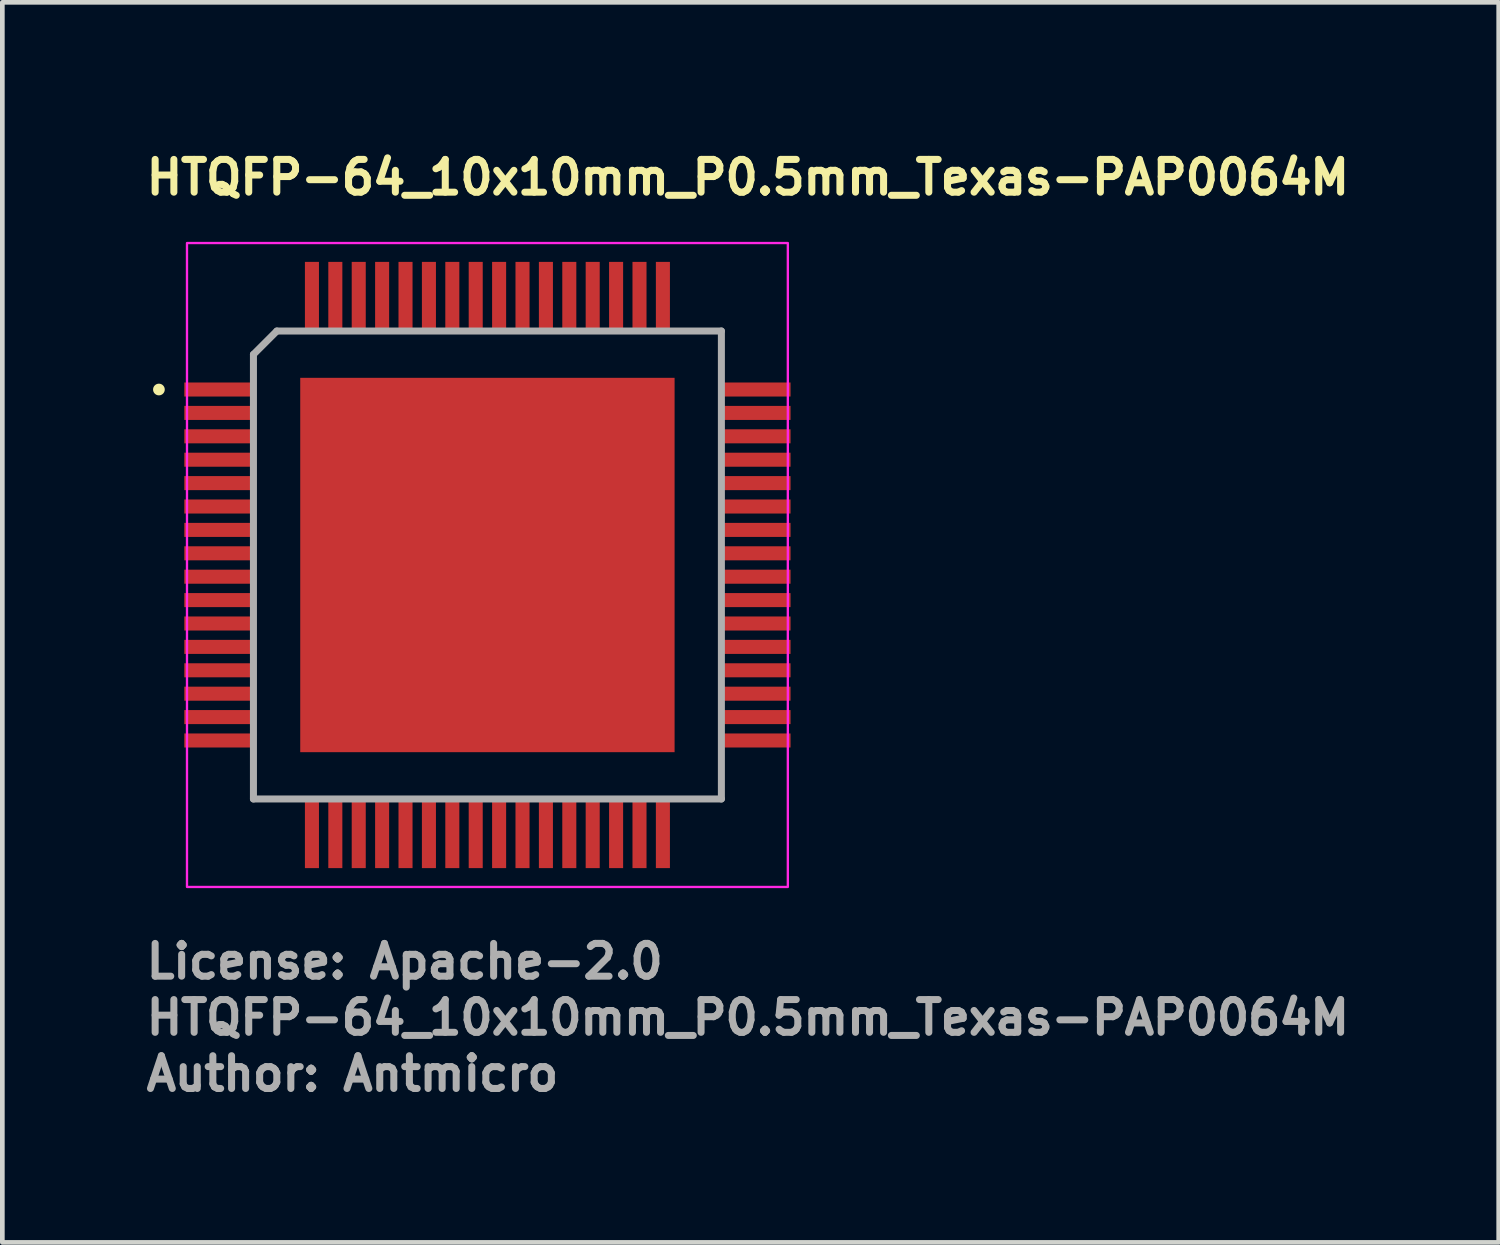
<source format=kicad_pcb>
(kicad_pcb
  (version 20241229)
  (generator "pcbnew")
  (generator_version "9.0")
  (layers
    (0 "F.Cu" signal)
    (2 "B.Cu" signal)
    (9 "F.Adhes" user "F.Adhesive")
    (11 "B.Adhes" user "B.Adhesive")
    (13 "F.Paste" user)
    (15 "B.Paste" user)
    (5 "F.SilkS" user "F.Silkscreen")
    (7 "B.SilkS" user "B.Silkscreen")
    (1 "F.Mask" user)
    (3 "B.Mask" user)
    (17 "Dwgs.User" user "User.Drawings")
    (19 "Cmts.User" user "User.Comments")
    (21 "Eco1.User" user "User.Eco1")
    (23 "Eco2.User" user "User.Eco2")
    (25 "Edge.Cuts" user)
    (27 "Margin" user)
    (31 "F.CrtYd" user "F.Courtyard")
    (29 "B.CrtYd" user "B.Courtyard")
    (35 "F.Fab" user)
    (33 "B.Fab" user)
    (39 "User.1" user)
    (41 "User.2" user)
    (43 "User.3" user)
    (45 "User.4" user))
  (footprint "HTQFP-64_10x10mm_P0.5mm_Texas-PAP0064M"
    (layer "F.Cu")
    (at 7.366 9.024)
    (property "Reference" "HTQFP-64_10x10mm_P0.5mm_Texas-PAP0064M" (at -7.366 -7.874 0) (layer "F.SilkS") (effects (font (size 0.7 0.7) (thickness 0.15)) (justify left bottom)))
    (attr smd)
    (fp_circle (center -7.02 -3.75) (end -6.97 -3.75) (stroke (width 0.15) (type solid)) (fill yes) (layer "F.SilkS"))
    (fp_rect (start -6.42 -6.88) (end 6.42 6.88) (stroke (width 0.05) (type solid)) (fill no) (layer "F.CrtYd"))
    (fp_line (start -5 -4.5) (end -4.5 -5) (stroke (width 0.15) (type solid)) (layer "F.Fab"))
    (fp_line (start -5 5) (end -5 -4.5) (stroke (width 0.15) (type solid)) (layer "F.Fab"))
    (fp_line (start -4.5 -5) (end 5 -5) (stroke (width 0.15) (type solid)) (layer "F.Fab"))
    (fp_line (start 5 -5) (end 5 5) (stroke (width 0.15) (type solid)) (layer "F.Fab"))
    (fp_line (start 5 5) (end -5 5) (stroke (width 0.15) (type solid)) (layer "F.Fab"))
    (fp_rect (start -6.015 -6.015) (end 6.015 6.015) (stroke (width 0.1) (type solid)) (fill no) (layer "User.5"))
    (fp_line (start -6.015 -3.86) (end -6.015 -3.64) (stroke (width 0.02) (type solid)) (layer "User.9"))
    (fp_line (start -6.015 -3.36) (end -6.015 -3.14) (stroke (width 0.02) (type solid)) (layer "User.9"))
    (fp_line (start -6.015 -2.86) (end -6.015 -2.64) (stroke (width 0.02) (type solid)) (layer "User.9"))
    (fp_line (start -6.015 -2.36) (end -6.015 -2.14) (stroke (width 0.02) (type solid)) (layer "User.9"))
    (fp_line (start -6.015 -1.86) (end -6.015 -1.64) (stroke (width 0.02) (type solid)) (layer "User.9"))
    (fp_line (start -6.015 -1.36) (end -6.015 -1.14) (stroke (width 0.02) (type solid)) (layer "User.9"))
    (fp_line (start -6.015 -0.86) (end -6.015 -0.64) (stroke (width 0.02) (type solid)) (layer "User.9"))
    (fp_line (start -6.015 -0.36) (end -6.015 -0.14) (stroke (width 0.02) (type solid)) (layer "User.9"))
    (fp_line (start -6.015 0.14) (end -6.015 0.36) (stroke (width 0.02) (type solid)) (layer "User.9"))
    (fp_line (start -6.015 0.64) (end -6.015 0.86) (stroke (width 0.02) (type solid)) (layer "User.9"))
    (fp_line (start -6.015 1.14) (end -6.015 1.36) (stroke (width 0.02) (type solid)) (layer "User.9"))
    (fp_line (start -6.015 1.64) (end -6.015 1.86) (stroke (width 0.02) (type solid)) (layer "User.9"))
    (fp_line (start -6.015 2.14) (end -6.015 2.36) (stroke (width 0.02) (type solid)) (layer "User.9"))
    (fp_line (start -6.015 2.64) (end -6.015 2.86) (stroke (width 0.02) (type solid)) (layer "User.9"))
    (fp_line (start -6.015 3.14) (end -6.015 3.36) (stroke (width 0.02) (type solid)) (layer "User.9"))
    (fp_line (start -6.015 3.64) (end -6.015 3.86) (stroke (width 0.02) (type solid)) (layer "User.9"))
    (fp_line (start -5.597 -3.86) (end -6.015 -3.86) (stroke (width 0.02) (type solid)) (layer "User.9"))
    (fp_line (start -5.597 -3.86) (end -5.528 -3.86) (stroke (width 0.02) (type solid)) (layer "User.9"))
    (fp_line (start -5.597 -3.64) (end -6.015 -3.64) (stroke (width 0.02) (type solid)) (layer "User.9"))
    (fp_line (start -5.597 -3.64) (end -5.528 -3.64) (stroke (width 0.02) (type solid)) (layer "User.9"))
    (fp_line (start -5.597 -3.36) (end -6.015 -3.36) (stroke (width 0.02) (type solid)) (layer "User.9"))
    (fp_line (start -5.597 -3.36) (end -5.528 -3.36) (stroke (width 0.02) (type solid)) (layer "User.9"))
    (fp_line (start -5.597 -3.14) (end -6.015 -3.14) (stroke (width 0.02) (type solid)) (layer "User.9"))
    (fp_line (start -5.597 -3.14) (end -5.528 -3.14) (stroke (width 0.02) (type solid)) (layer "User.9"))
    (fp_line (start -5.597 -2.86) (end -6.015 -2.86) (stroke (width 0.02) (type solid)) (layer "User.9"))
    (fp_line (start -5.597 -2.86) (end -5.528 -2.86) (stroke (width 0.02) (type solid)) (layer "User.9"))
    (fp_line (start -5.597 -2.64) (end -6.015 -2.64) (stroke (width 0.02) (type solid)) (layer "User.9"))
    (fp_line (start -5.597 -2.64) (end -5.528 -2.64) (stroke (width 0.02) (type solid)) (layer "User.9"))
    (fp_line (start -5.597 -2.36) (end -6.015 -2.36) (stroke (width 0.02) (type solid)) (layer "User.9"))
    (fp_line (start -5.597 -2.36) (end -5.528 -2.36) (stroke (width 0.02) (type solid)) (layer "User.9"))
    (fp_line (start -5.597 -2.14) (end -6.015 -2.14) (stroke (width 0.02) (type solid)) (layer "User.9"))
    (fp_line (start -5.597 -2.14) (end -5.528 -2.14) (stroke (width 0.02) (type solid)) (layer "User.9"))
    (fp_line (start -5.597 -1.86) (end -6.015 -1.86) (stroke (width 0.02) (type solid)) (layer "User.9"))
    (fp_line (start -5.597 -1.86) (end -5.528 -1.86) (stroke (width 0.02) (type solid)) (layer "User.9"))
    (fp_line (start -5.597 -1.64) (end -6.015 -1.64) (stroke (width 0.02) (type solid)) (layer "User.9"))
    (fp_line (start -5.597 -1.64) (end -5.528 -1.64) (stroke (width 0.02) (type solid)) (layer "User.9"))
    (fp_line (start -5.597 -1.36) (end -6.015 -1.36) (stroke (width 0.02) (type solid)) (layer "User.9"))
    (fp_line (start -5.597 -1.36) (end -5.528 -1.36) (stroke (width 0.02) (type solid)) (layer "User.9"))
    (fp_line (start -5.597 -1.14) (end -6.015 -1.14) (stroke (width 0.02) (type solid)) (layer "User.9"))
    (fp_line (start -5.597 -1.14) (end -5.528 -1.14) (stroke (width 0.02) (type solid)) (layer "User.9"))
    (fp_line (start -5.597 -0.86) (end -6.015 -0.86) (stroke (width 0.02) (type solid)) (layer "User.9"))
    (fp_line (start -5.597 -0.86) (end -5.528 -0.86) (stroke (width 0.02) (type solid)) (layer "User.9"))
    (fp_line (start -5.597 -0.64) (end -6.015 -0.64) (stroke (width 0.02) (type solid)) (layer "User.9"))
    (fp_line (start -5.597 -0.64) (end -5.528 -0.64) (stroke (width 0.02) (type solid)) (layer "User.9"))
    (fp_line (start -5.597 -0.36) (end -6.015 -0.36) (stroke (width 0.02) (type solid)) (layer "User.9"))
    (fp_line (start -5.597 -0.36) (end -5.528 -0.36) (stroke (width 0.02) (type solid)) (layer "User.9"))
    (fp_line (start -5.597 -0.14) (end -6.015 -0.14) (stroke (width 0.02) (type solid)) (layer "User.9"))
    (fp_line (start -5.597 -0.14) (end -5.528 -0.14) (stroke (width 0.02) (type solid)) (layer "User.9"))
    (fp_line (start -5.597 0.14) (end -6.015 0.14) (stroke (width 0.02) (type solid)) (layer "User.9"))
    (fp_line (start -5.597 0.14) (end -5.528 0.14) (stroke (width 0.02) (type solid)) (layer "User.9"))
    (fp_line (start -5.597 0.36) (end -6.015 0.36) (stroke (width 0.02) (type solid)) (layer "User.9"))
    (fp_line (start -5.597 0.36) (end -5.528 0.36) (stroke (width 0.02) (type solid)) (layer "User.9"))
    (fp_line (start -5.597 0.64) (end -6.015 0.64) (stroke (width 0.02) (type solid)) (layer "User.9"))
    (fp_line (start -5.597 0.64) (end -5.528 0.64) (stroke (width 0.02) (type solid)) (layer "User.9"))
    (fp_line (start -5.597 0.86) (end -6.015 0.86) (stroke (width 0.02) (type solid)) (layer "User.9"))
    (fp_line (start -5.597 0.86) (end -5.528 0.86) (stroke (width 0.02) (type solid)) (layer "User.9"))
    (fp_line (start -5.597 1.14) (end -6.015 1.14) (stroke (width 0.02) (type solid)) (layer "User.9"))
    (fp_line (start -5.597 1.14) (end -5.528 1.14) (stroke (width 0.02) (type solid)) (layer "User.9"))
    (fp_line (start -5.597 1.36) (end -6.015 1.36) (stroke (width 0.02) (type solid)) (layer "User.9"))
    (fp_line (start -5.597 1.36) (end -5.528 1.36) (stroke (width 0.02) (type solid)) (layer "User.9"))
    (fp_line (start -5.597 1.64) (end -6.015 1.64) (stroke (width 0.02) (type solid)) (layer "User.9"))
    (fp_line (start -5.597 1.64) (end -5.528 1.64) (stroke (width 0.02) (type solid)) (layer "User.9"))
    (fp_line (start -5.597 1.86) (end -6.015 1.86) (stroke (width 0.02) (type solid)) (layer "User.9"))
    (fp_line (start -5.597 1.86) (end -5.528 1.86) (stroke (width 0.02) (type solid)) (layer "User.9"))
    (fp_line (start -5.597 2.14) (end -6.015 2.14) (stroke (width 0.02) (type solid)) (layer "User.9"))
    (fp_line (start -5.597 2.14) (end -5.528 2.14) (stroke (width 0.02) (type solid)) (layer "User.9"))
    (fp_line (start -5.597 2.36) (end -6.015 2.36) (stroke (width 0.02) (type solid)) (layer "User.9"))
    (fp_line (start -5.597 2.36) (end -5.528 2.36) (stroke (width 0.02) (type solid)) (layer "User.9"))
    (fp_line (start -5.597 2.64) (end -6.015 2.64) (stroke (width 0.02) (type solid)) (layer "User.9"))
    (fp_line (start -5.597 2.64) (end -5.528 2.64) (stroke (width 0.02) (type solid)) (layer "User.9"))
    (fp_line (start -5.597 2.86) (end -6.015 2.86) (stroke (width 0.02) (type solid)) (layer "User.9"))
    (fp_line (start -5.597 2.86) (end -5.528 2.86) (stroke (width 0.02) (type solid)) (layer "User.9"))
    (fp_line (start -5.597 3.14) (end -6.015 3.14) (stroke (width 0.02) (type solid)) (layer "User.9"))
    (fp_line (start -5.597 3.14) (end -5.528 3.14) (stroke (width 0.02) (type solid)) (layer "User.9"))
    (fp_line (start -5.597 3.36) (end -6.015 3.36) (stroke (width 0.02) (type solid)) (layer "User.9"))
    (fp_line (start -5.597 3.36) (end -5.528 3.36) (stroke (width 0.02) (type solid)) (layer "User.9"))
    (fp_line (start -5.597 3.64) (end -6.015 3.64) (stroke (width 0.02) (type solid)) (layer "User.9"))
    (fp_line (start -5.597 3.64) (end -5.528 3.64) (stroke (width 0.02) (type solid)) (layer "User.9"))
    (fp_line (start -5.597 3.86) (end -6.015 3.86) (stroke (width 0.02) (type solid)) (layer "User.9"))
    (fp_line (start -5.597 3.86) (end -5.528 3.86) (stroke (width 0.02) (type solid)) (layer "User.9"))
    (fp_line (start -5.528 -3.86) (end -5.508 -3.86) (stroke (width 0.02) (type solid)) (layer "User.9"))
    (fp_line (start -5.528 -3.36) (end -5.508 -3.36) (stroke (width 0.02) (type solid)) (layer "User.9"))
    (fp_line (start -5.528 -2.86) (end -5.508 -2.86) (stroke (width 0.02) (type solid)) (layer "User.9"))
    (fp_line (start -5.528 -2.36) (end -5.508 -2.36) (stroke (width 0.02) (type solid)) (layer "User.9"))
    (fp_line (start -5.528 -1.86) (end -5.508 -1.86) (stroke (width 0.02) (type solid)) (layer "User.9"))
    (fp_line (start -5.528 -1.36) (end -5.508 -1.36) (stroke (width 0.02) (type solid)) (layer "User.9"))
    (fp_line (start -5.528 -0.86) (end -5.508 -0.86) (stroke (width 0.02) (type solid)) (layer "User.9"))
    (fp_line (start -5.528 -0.36) (end -5.508 -0.36) (stroke (width 0.02) (type solid)) (layer "User.9"))
    (fp_line (start -5.528 0.14) (end -5.508 0.14) (stroke (width 0.02) (type solid)) (layer "User.9"))
    (fp_line (start -5.528 0.64) (end -5.508 0.64) (stroke (width 0.02) (type solid)) (layer "User.9"))
    (fp_line (start -5.528 1.14) (end -5.508 1.14) (stroke (width 0.02) (type solid)) (layer "User.9"))
    (fp_line (start -5.528 1.64) (end -5.508 1.64) (stroke (width 0.02) (type solid)) (layer "User.9"))
    (fp_line (start -5.528 2.14) (end -5.508 2.14) (stroke (width 0.02) (type solid)) (layer "User.9"))
    (fp_line (start -5.528 2.64) (end -5.508 2.64) (stroke (width 0.02) (type solid)) (layer "User.9"))
    (fp_line (start -5.528 3.14) (end -5.508 3.14) (stroke (width 0.02) (type solid)) (layer "User.9"))
    (fp_line (start -5.528 3.64) (end -5.508 3.64) (stroke (width 0.02) (type solid)) (layer "User.9"))
    (fp_line (start -5.508 -3.86) (end -5.302 -3.86) (stroke (width 0.02) (type solid)) (layer "User.9"))
    (fp_line (start -5.508 -3.64) (end -5.528 -3.64) (stroke (width 0.02) (type solid)) (layer "User.9"))
    (fp_line (start -5.508 -3.64) (end -5.302 -3.64) (stroke (width 0.02) (type solid)) (layer "User.9"))
    (fp_line (start -5.508 -3.36) (end -5.302 -3.36) (stroke (width 0.02) (type solid)) (layer "User.9"))
    (fp_line (start -5.508 -3.14) (end -5.528 -3.14) (stroke (width 0.02) (type solid)) (layer "User.9"))
    (fp_line (start -5.508 -3.14) (end -5.302 -3.14) (stroke (width 0.02) (type solid)) (layer "User.9"))
    (fp_line (start -5.508 -2.86) (end -5.302 -2.86) (stroke (width 0.02) (type solid)) (layer "User.9"))
    (fp_line (start -5.508 -2.64) (end -5.528 -2.64) (stroke (width 0.02) (type solid)) (layer "User.9"))
    (fp_line (start -5.508 -2.64) (end -5.302 -2.64) (stroke (width 0.02) (type solid)) (layer "User.9"))
    (fp_line (start -5.508 -2.36) (end -5.302 -2.36) (stroke (width 0.02) (type solid)) (layer "User.9"))
    (fp_line (start -5.508 -2.14) (end -5.528 -2.14) (stroke (width 0.02) (type solid)) (layer "User.9"))
    (fp_line (start -5.508 -2.14) (end -5.302 -2.14) (stroke (width 0.02) (type solid)) (layer "User.9"))
    (fp_line (start -5.508 -1.86) (end -5.302 -1.86) (stroke (width 0.02) (type solid)) (layer "User.9"))
    (fp_line (start -5.508 -1.64) (end -5.528 -1.64) (stroke (width 0.02) (type solid)) (layer "User.9"))
    (fp_line (start -5.508 -1.64) (end -5.302 -1.64) (stroke (width 0.02) (type solid)) (layer "User.9"))
    (fp_line (start -5.508 -1.36) (end -5.302 -1.36) (stroke (width 0.02) (type solid)) (layer "User.9"))
    (fp_line (start -5.508 -1.14) (end -5.528 -1.14) (stroke (width 0.02) (type solid)) (layer "User.9"))
    (fp_line (start -5.508 -1.14) (end -5.302 -1.14) (stroke (width 0.02) (type solid)) (layer "User.9"))
    (fp_line (start -5.508 -0.86) (end -5.302 -0.86) (stroke (width 0.02) (type solid)) (layer "User.9"))
    (fp_line (start -5.508 -0.64) (end -5.528 -0.64) (stroke (width 0.02) (type solid)) (layer "User.9"))
    (fp_line (start -5.508 -0.64) (end -5.302 -0.64) (stroke (width 0.02) (type solid)) (layer "User.9"))
    (fp_line (start -5.508 -0.36) (end -5.302 -0.36) (stroke (width 0.02) (type solid)) (layer "User.9"))
    (fp_line (start -5.508 -0.14) (end -5.528 -0.14) (stroke (width 0.02) (type solid)) (layer "User.9"))
    (fp_line (start -5.508 -0.14) (end -5.302 -0.14) (stroke (width 0.02) (type solid)) (layer "User.9"))
    (fp_line (start -5.508 0.14) (end -5.302 0.14) (stroke (width 0.02) (type solid)) (layer "User.9"))
    (fp_line (start -5.508 0.36) (end -5.528 0.36) (stroke (width 0.02) (type solid)) (layer "User.9"))
    (fp_line (start -5.508 0.36) (end -5.302 0.36) (stroke (width 0.02) (type solid)) (layer "User.9"))
    (fp_line (start -5.508 0.64) (end -5.302 0.64) (stroke (width 0.02) (type solid)) (layer "User.9"))
    (fp_line (start -5.508 0.86) (end -5.528 0.86) (stroke (width 0.02) (type solid)) (layer "User.9"))
    (fp_line (start -5.508 0.86) (end -5.302 0.86) (stroke (width 0.02) (type solid)) (layer "User.9"))
    (fp_line (start -5.508 1.14) (end -5.302 1.14) (stroke (width 0.02) (type solid)) (layer "User.9"))
    (fp_line (start -5.508 1.36) (end -5.528 1.36) (stroke (width 0.02) (type solid)) (layer "User.9"))
    (fp_line (start -5.508 1.36) (end -5.302 1.36) (stroke (width 0.02) (type solid)) (layer "User.9"))
    (fp_line (start -5.508 1.64) (end -5.302 1.64) (stroke (width 0.02) (type solid)) (layer "User.9"))
    (fp_line (start -5.508 1.86) (end -5.528 1.86) (stroke (width 0.02) (type solid)) (layer "User.9"))
    (fp_line (start -5.508 1.86) (end -5.302 1.86) (stroke (width 0.02) (type solid)) (layer "User.9"))
    (fp_line (start -5.508 2.14) (end -5.302 2.14) (stroke (width 0.02) (type solid)) (layer "User.9"))
    (fp_line (start -5.508 2.36) (end -5.528 2.36) (stroke (width 0.02) (type solid)) (layer "User.9"))
    (fp_line (start -5.508 2.36) (end -5.302 2.36) (stroke (width 0.02) (type solid)) (layer "User.9"))
    (fp_line (start -5.508 2.64) (end -5.302 2.64) (stroke (width 0.02) (type solid)) (layer "User.9"))
    (fp_line (start -5.508 2.86) (end -5.528 2.86) (stroke (width 0.02) (type solid)) (layer "User.9"))
    (fp_line (start -5.508 2.86) (end -5.302 2.86) (stroke (width 0.02) (type solid)) (layer "User.9"))
    (fp_line (start -5.508 3.14) (end -5.302 3.14) (stroke (width 0.02) (type solid)) (layer "User.9"))
    (fp_line (start -5.508 3.36) (end -5.528 3.36) (stroke (width 0.02) (type solid)) (layer "User.9"))
    (fp_line (start -5.508 3.36) (end -5.302 3.36) (stroke (width 0.02) (type solid)) (layer "User.9"))
    (fp_line (start -5.508 3.64) (end -5.302 3.64) (stroke (width 0.02) (type solid)) (layer "User.9"))
    (fp_line (start -5.508 3.86) (end -5.528 3.86) (stroke (width 0.02) (type solid)) (layer "User.9"))
    (fp_line (start -5.508 3.86) (end -5.302 3.86) (stroke (width 0.02) (type solid)) (layer "User.9"))
    (fp_line (start -5 -4.454) (end -5 -4.448) (stroke (width 0.02) (type solid)) (layer "User.9"))
    (fp_line (start -5 -4.448) (end -5 4.448) (stroke (width 0.02) (type solid)) (layer "User.9"))
    (fp_line (start -5 -3.86) (end -5.302 -3.86) (stroke (width 0.02) (type solid)) (layer "User.9"))
    (fp_line (start -5 -3.86) (end -5 -3.64) (stroke (width 0.02) (type solid)) (layer "User.9"))
    (fp_line (start -5 -3.64) (end -5.302 -3.64) (stroke (width 0.02) (type solid)) (layer "User.9"))
    (fp_line (start -5 -3.36) (end -5.302 -3.36) (stroke (width 0.02) (type solid)) (layer "User.9"))
    (fp_line (start -5 -3.36) (end -5 -3.14) (stroke (width 0.02) (type solid)) (layer "User.9"))
    (fp_line (start -5 -3.14) (end -5.302 -3.14) (stroke (width 0.02) (type solid)) (layer "User.9"))
    (fp_line (start -5 -2.86) (end -5.302 -2.86) (stroke (width 0.02) (type solid)) (layer "User.9"))
    (fp_line (start -5 -2.86) (end -5 -2.64) (stroke (width 0.02) (type solid)) (layer "User.9"))
    (fp_line (start -5 -2.64) (end -5.302 -2.64) (stroke (width 0.02) (type solid)) (layer "User.9"))
    (fp_line (start -5 -2.36) (end -5.302 -2.36) (stroke (width 0.02) (type solid)) (layer "User.9"))
    (fp_line (start -5 -2.36) (end -5 -2.14) (stroke (width 0.02) (type solid)) (layer "User.9"))
    (fp_line (start -5 -2.14) (end -5.302 -2.14) (stroke (width 0.02) (type solid)) (layer "User.9"))
    (fp_line (start -5 -1.86) (end -5.302 -1.86) (stroke (width 0.02) (type solid)) (layer "User.9"))
    (fp_line (start -5 -1.86) (end -5 -1.64) (stroke (width 0.02) (type solid)) (layer "User.9"))
    (fp_line (start -5 -1.64) (end -5.302 -1.64) (stroke (width 0.02) (type solid)) (layer "User.9"))
    (fp_line (start -5 -1.36) (end -5.302 -1.36) (stroke (width 0.02) (type solid)) (layer "User.9"))
    (fp_line (start -5 -1.36) (end -5 -1.14) (stroke (width 0.02) (type solid)) (layer "User.9"))
    (fp_line (start -5 -1.14) (end -5.302 -1.14) (stroke (width 0.02) (type solid)) (layer "User.9"))
    (fp_line (start -5 -0.86) (end -5.302 -0.86) (stroke (width 0.02) (type solid)) (layer "User.9"))
    (fp_line (start -5 -0.86) (end -5 -0.64) (stroke (width 0.02) (type solid)) (layer "User.9"))
    (fp_line (start -5 -0.64) (end -5.302 -0.64) (stroke (width 0.02) (type solid)) (layer "User.9"))
    (fp_line (start -5 -0.36) (end -5.302 -0.36) (stroke (width 0.02) (type solid)) (layer "User.9"))
    (fp_line (start -5 -0.36) (end -5 -0.14) (stroke (width 0.02) (type solid)) (layer "User.9"))
    (fp_line (start -5 -0.14) (end -5.302 -0.14) (stroke (width 0.02) (type solid)) (layer "User.9"))
    (fp_line (start -5 0.14) (end -5.302 0.14) (stroke (width 0.02) (type solid)) (layer "User.9"))
    (fp_line (start -5 0.14) (end -5 0.36) (stroke (width 0.02) (type solid)) (layer "User.9"))
    (fp_line (start -5 0.36) (end -5.302 0.36) (stroke (width 0.02) (type solid)) (layer "User.9"))
    (fp_line (start -5 0.64) (end -5.302 0.64) (stroke (width 0.02) (type solid)) (layer "User.9"))
    (fp_line (start -5 0.64) (end -5 0.86) (stroke (width 0.02) (type solid)) (layer "User.9"))
    (fp_line (start -5 0.86) (end -5.302 0.86) (stroke (width 0.02) (type solid)) (layer "User.9"))
    (fp_line (start -5 1.14) (end -5.302 1.14) (stroke (width 0.02) (type solid)) (layer "User.9"))
    (fp_line (start -5 1.14) (end -5 1.36) (stroke (width 0.02) (type solid)) (layer "User.9"))
    (fp_line (start -5 1.36) (end -5.302 1.36) (stroke (width 0.02) (type solid)) (layer "User.9"))
    (fp_line (start -5 1.64) (end -5.302 1.64) (stroke (width 0.02) (type solid)) (layer "User.9"))
    (fp_line (start -5 1.64) (end -5 1.86) (stroke (width 0.02) (type solid)) (layer "User.9"))
    (fp_line (start -5 1.86) (end -5.302 1.86) (stroke (width 0.02) (type solid)) (layer "User.9"))
    (fp_line (start -5 2.14) (end -5.302 2.14) (stroke (width 0.02) (type solid)) (layer "User.9"))
    (fp_line (start -5 2.14) (end -5 2.36) (stroke (width 0.02) (type solid)) (layer "User.9"))
    (fp_line (start -5 2.36) (end -5.302 2.36) (stroke (width 0.02) (type solid)) (layer "User.9"))
    (fp_line (start -5 2.64) (end -5.302 2.64) (stroke (width 0.02) (type solid)) (layer "User.9"))
    (fp_line (start -5 2.64) (end -5 2.86) (stroke (width 0.02) (type solid)) (layer "User.9"))
    (fp_line (start -5 2.86) (end -5.302 2.86) (stroke (width 0.02) (type solid)) (layer "User.9"))
    (fp_line (start -5 3.14) (end -5.302 3.14) (stroke (width 0.02) (type solid)) (layer "User.9"))
    (fp_line (start -5 3.14) (end -5 3.36) (stroke (width 0.02) (type solid)) (layer "User.9"))
    (fp_line (start -5 3.36) (end -5.302 3.36) (stroke (width 0.02) (type solid)) (layer "User.9"))
    (fp_line (start -5 3.64) (end -5.302 3.64) (stroke (width 0.02) (type solid)) (layer "User.9"))
    (fp_line (start -5 3.64) (end -5 3.86) (stroke (width 0.02) (type solid)) (layer "User.9"))
    (fp_line (start -5 3.86) (end -5.302 3.86) (stroke (width 0.02) (type solid)) (layer "User.9"))
    (fp_line (start -5 4.454) (end -5 4.448) (stroke (width 0.02) (type solid)) (layer "User.9"))
    (fp_line (start -4.999 -4.461) (end -5 -4.454) (stroke (width 0.02) (type solid)) (layer "User.9"))
    (fp_line (start -4.999 4.461) (end -5 4.454) (stroke (width 0.02) (type solid)) (layer "User.9"))
    (fp_line (start -4.998 -4.467) (end -4.999 -4.461) (stroke (width 0.02) (type solid)) (layer "User.9"))
    (fp_line (start -4.998 4.467) (end -4.999 4.461) (stroke (width 0.02) (type solid)) (layer "User.9"))
    (fp_line (start -4.997 -4.473) (end -4.998 -4.467) (stroke (width 0.02) (type solid)) (layer "User.9"))
    (fp_line (start -4.997 4.473) (end -4.998 4.467) (stroke (width 0.02) (type solid)) (layer "User.9"))
    (fp_line (start -4.996 -4.479) (end -4.997 -4.473) (stroke (width 0.02) (type solid)) (layer "User.9"))
    (fp_line (start -4.996 4.479) (end -4.997 4.473) (stroke (width 0.02) (type solid)) (layer "User.9"))
    (fp_line (start -4.994 -4.485) (end -4.996 -4.479) (stroke (width 0.02) (type solid)) (layer "User.9"))
    (fp_line (start -4.994 4.485) (end -4.996 4.479) (stroke (width 0.02) (type solid)) (layer "User.9"))
    (fp_line (start -4.992 -4.49) (end -4.994 -4.485) (stroke (width 0.02) (type solid)) (layer "User.9"))
    (fp_line (start -4.992 4.49) (end -4.994 4.485) (stroke (width 0.02) (type solid)) (layer "User.9"))
    (fp_line (start -4.99 -4.496) (end -4.992 -4.49) (stroke (width 0.02) (type solid)) (layer "User.9"))
    (fp_line (start -4.99 4.496) (end -4.992 4.49) (stroke (width 0.02) (type solid)) (layer "User.9"))
    (fp_line (start -4.988 -4.501) (end -4.99 -4.496) (stroke (width 0.02) (type solid)) (layer "User.9"))
    (fp_line (start -4.988 4.502) (end -4.99 4.496) (stroke (width 0.02) (type solid)) (layer "User.9"))
    (fp_line (start -4.985 -4.507) (end -4.988 -4.501) (stroke (width 0.02) (type solid)) (layer "User.9"))
    (fp_line (start -4.985 4.507) (end -4.988 4.502) (stroke (width 0.02) (type solid)) (layer "User.9"))
    (fp_line (start -4.982 -4.512) (end -4.985 -4.507) (stroke (width 0.02) (type solid)) (layer "User.9"))
    (fp_line (start -4.982 4.512) (end -4.985 4.507) (stroke (width 0.02) (type solid)) (layer "User.9"))
    (fp_line (start -4.979 -4.517) (end -4.982 -4.512) (stroke (width 0.02) (type solid)) (layer "User.9"))
    (fp_line (start -4.979 4.517) (end -4.982 4.512) (stroke (width 0.02) (type solid)) (layer "User.9"))
    (fp_line (start -4.975 -4.522) (end -4.979 -4.517) (stroke (width 0.02) (type solid)) (layer "User.9"))
    (fp_line (start -4.975 4.522) (end -4.979 4.517) (stroke (width 0.02) (type solid)) (layer "User.9"))
    (fp_line (start -4.972 -4.527) (end -4.975 -4.522) (stroke (width 0.02) (type solid)) (layer "User.9"))
    (fp_line (start -4.972 4.527) (end -4.975 4.522) (stroke (width 0.02) (type solid)) (layer "User.9"))
    (fp_line (start -4.968 -4.532) (end -4.972 -4.527) (stroke (width 0.02) (type solid)) (layer "User.9"))
    (fp_line (start -4.968 4.532) (end -4.972 4.527) (stroke (width 0.02) (type solid)) (layer "User.9"))
    (fp_line (start -4.963 -4.537) (end -4.968 -4.532) (stroke (width 0.02) (type solid)) (layer "User.9"))
    (fp_line (start -4.963 -4.537) (end -4.537 -4.963) (stroke (width 0.02) (type solid)) (layer "User.9"))
    (fp_line (start -4.963 4.537) (end -4.968 4.532) (stroke (width 0.02) (type solid)) (layer "User.9"))
    (fp_line (start -4.537 -4.963) (end -4.532 -4.968) (stroke (width 0.02) (type solid)) (layer "User.9"))
    (fp_line (start -4.537 4.963) (end -4.963 4.537) (stroke (width 0.02) (type solid)) (layer "User.9"))
    (fp_line (start -4.537 4.963) (end -4.532 4.968) (stroke (width 0.02) (type solid)) (layer "User.9"))
    (fp_line (start -4.532 -4.968) (end -4.527 -4.972) (stroke (width 0.02) (type solid)) (layer "User.9"))
    (fp_line (start -4.532 4.968) (end -4.527 4.972) (stroke (width 0.02) (type solid)) (layer "User.9"))
    (fp_line (start -4.527 -4.972) (end -4.522 -4.975) (stroke (width 0.02) (type solid)) (layer "User.9"))
    (fp_line (start -4.527 4.972) (end -4.522 4.975) (stroke (width 0.02) (type solid)) (layer "User.9"))
    (fp_line (start -4.522 -4.975) (end -4.517 -4.979) (stroke (width 0.02) (type solid)) (layer "User.9"))
    (fp_line (start -4.522 4.975) (end -4.517 4.979) (stroke (width 0.02) (type solid)) (layer "User.9"))
    (fp_line (start -4.517 -4.979) (end -4.512 -4.982) (stroke (width 0.02) (type solid)) (layer "User.9"))
    (fp_line (start -4.517 4.979) (end -4.512 4.982) (stroke (width 0.02) (type solid)) (layer "User.9"))
    (fp_line (start -4.512 -4.982) (end -4.507 -4.985) (stroke (width 0.02) (type solid)) (layer "User.9"))
    (fp_line (start -4.512 4.982) (end -4.507 4.985) (stroke (width 0.02) (type solid)) (layer "User.9"))
    (fp_line (start -4.507 -4.985) (end -4.501 -4.988) (stroke (width 0.02) (type solid)) (layer "User.9"))
    (fp_line (start -4.507 4.985) (end -4.502 4.988) (stroke (width 0.02) (type solid)) (layer "User.9"))
    (fp_line (start -4.502 4.988) (end -4.496 4.99) (stroke (width 0.02) (type solid)) (layer "User.9"))
    (fp_line (start -4.501 -4.988) (end -4.496 -4.99) (stroke (width 0.02) (type solid)) (layer "User.9"))
    (fp_line (start -4.496 -4.99) (end -4.49 -4.992) (stroke (width 0.02) (type solid)) (layer "User.9"))
    (fp_line (start -4.496 4.99) (end -4.49 4.992) (stroke (width 0.02) (type solid)) (layer "User.9"))
    (fp_line (start -4.49 -4.992) (end -4.485 -4.994) (stroke (width 0.02) (type solid)) (layer "User.9"))
    (fp_line (start -4.49 4.992) (end -4.485 4.994) (stroke (width 0.02) (type solid)) (layer "User.9"))
    (fp_line (start -4.485 -4.994) (end -4.479 -4.996) (stroke (width 0.02) (type solid)) (layer "User.9"))
    (fp_line (start -4.485 4.994) (end -4.479 4.996) (stroke (width 0.02) (type solid)) (layer "User.9"))
    (fp_line (start -4.479 -4.996) (end -4.473 -4.997) (stroke (width 0.02) (type solid)) (layer "User.9"))
    (fp_line (start -4.479 4.996) (end -4.473 4.997) (stroke (width 0.02) (type solid)) (layer "User.9"))
    (fp_line (start -4.473 -4.997) (end -4.467 -4.998) (stroke (width 0.02) (type solid)) (layer "User.9"))
    (fp_line (start -4.473 4.997) (end -4.467 4.998) (stroke (width 0.02) (type solid)) (layer "User.9"))
    (fp_line (start -4.467 -4.998) (end -4.461 -4.999) (stroke (width 0.02) (type solid)) (layer "User.9"))
    (fp_line (start -4.467 4.998) (end -4.461 4.999) (stroke (width 0.02) (type solid)) (layer "User.9"))
    (fp_line (start -4.461 -4.999) (end -4.454 -5) (stroke (width 0.02) (type solid)) (layer "User.9"))
    (fp_line (start -4.461 4.999) (end -4.454 5) (stroke (width 0.02) (type solid)) (layer "User.9"))
    (fp_line (start -4.454 -5) (end -4.448 -5) (stroke (width 0.02) (type solid)) (layer "User.9"))
    (fp_line (start -4.454 5) (end -4.448 5) (stroke (width 0.02) (type solid)) (layer "User.9"))
    (fp_line (start -4.448 5) (end 4.448 5) (stroke (width 0.02) (type solid)) (layer "User.9"))
    (fp_line (start -4.25 -4.008) (end -4.25 -4) (stroke (width 0.02) (type solid)) (layer "User.9"))
    (fp_line (start -4.25 -4) (end -4.249 -3.983) (stroke (width 0.02) (type solid)) (layer "User.9"))
    (fp_line (start -4.249 -4.025) (end -4.249 -4.017) (stroke (width 0.02) (type solid)) (layer "User.9"))
    (fp_line (start -4.249 -4.017) (end -4.25 -4.008) (stroke (width 0.02) (type solid)) (layer "User.9"))
    (fp_line (start -4.249 -3.983) (end -4.248 -3.967) (stroke (width 0.02) (type solid)) (layer "User.9"))
    (fp_line (start -4.248 -4.033) (end -4.249 -4.025) (stroke (width 0.02) (type solid)) (layer "User.9"))
    (fp_line (start -4.248 -3.967) (end -4.245 -3.951) (stroke (width 0.02) (type solid)) (layer "User.9"))
    (fp_line (start -4.247 -4.041) (end -4.248 -4.033) (stroke (width 0.02) (type solid)) (layer "User.9"))
    (fp_line (start -4.245 -4.049) (end -4.247 -4.041) (stroke (width 0.02) (type solid)) (layer "User.9"))
    (fp_line (start -4.245 -3.951) (end -4.241 -3.935) (stroke (width 0.02) (type solid)) (layer "User.9"))
    (fp_line (start -4.243 -4.057) (end -4.245 -4.049) (stroke (width 0.02) (type solid)) (layer "User.9"))
    (fp_line (start -4.241 -4.065) (end -4.243 -4.057) (stroke (width 0.02) (type solid)) (layer "User.9"))
    (fp_line (start -4.241 -3.935) (end -4.237 -3.919) (stroke (width 0.02) (type solid)) (layer "User.9"))
    (fp_line (start -4.239 -4.073) (end -4.241 -4.065) (stroke (width 0.02) (type solid)) (layer "User.9"))
    (fp_line (start -4.237 -4.081) (end -4.239 -4.073) (stroke (width 0.02) (type solid)) (layer "User.9"))
    (fp_line (start -4.237 -3.919) (end -4.231 -3.904) (stroke (width 0.02) (type solid)) (layer "User.9"))
    (fp_line (start -4.234 -4.088) (end -4.237 -4.081) (stroke (width 0.02) (type solid)) (layer "User.9"))
    (fp_line (start -4.231 -4.096) (end -4.234 -4.088) (stroke (width 0.02) (type solid)) (layer "User.9"))
    (fp_line (start -4.231 -3.904) (end -4.224 -3.889) (stroke (width 0.02) (type solid)) (layer "User.9"))
    (fp_line (start -4.228 -4.103) (end -4.231 -4.096) (stroke (width 0.02) (type solid)) (layer "User.9"))
    (fp_line (start -4.224 -4.111) (end -4.228 -4.103) (stroke (width 0.02) (type solid)) (layer "User.9"))
    (fp_line (start -4.224 -3.889) (end -4.217 -3.875) (stroke (width 0.02) (type solid)) (layer "User.9"))
    (fp_line (start -4.22 -4.118) (end -4.224 -4.111) (stroke (width 0.02) (type solid)) (layer "User.9"))
    (fp_line (start -4.217 -4.125) (end -4.22 -4.118) (stroke (width 0.02) (type solid)) (layer "User.9"))
    (fp_line (start -4.217 -3.875) (end -4.208 -3.861) (stroke (width 0.02) (type solid)) (layer "User.9"))
    (fp_line (start -4.212 -4.132) (end -4.217 -4.125) (stroke (width 0.02) (type solid)) (layer "User.9"))
    (fp_line (start -4.208 -4.139) (end -4.212 -4.132) (stroke (width 0.02) (type solid)) (layer "User.9"))
    (fp_line (start -4.208 -3.861) (end -4.199 -3.848) (stroke (width 0.02) (type solid)) (layer "User.9"))
    (fp_line (start -4.203 -4.145) (end -4.208 -4.139) (stroke (width 0.02) (type solid)) (layer "User.9"))
    (fp_line (start -4.199 -4.152) (end -4.203 -4.145) (stroke (width 0.02) (type solid)) (layer "User.9"))
    (fp_line (start -4.199 -3.848) (end -4.188 -3.836) (stroke (width 0.02) (type solid)) (layer "User.9"))
    (fp_line (start -4.194 -4.158) (end -4.199 -4.152) (stroke (width 0.02) (type solid)) (layer "User.9"))
    (fp_line (start -4.188 -4.164) (end -4.194 -4.158) (stroke (width 0.02) (type solid)) (layer "User.9"))
    (fp_line (start -4.188 -3.836) (end -4.177 -3.824) (stroke (width 0.02) (type solid)) (layer "User.9"))
    (fp_line (start -4.183 -4.171) (end -4.188 -4.164) (stroke (width 0.02) (type solid)) (layer "User.9"))
    (fp_line (start -4.177 -4.176) (end -4.183 -4.171) (stroke (width 0.02) (type solid)) (layer "User.9"))
    (fp_line (start -4.177 -3.824) (end -4.165 -3.812) (stroke (width 0.02) (type solid)) (layer "User.9"))
    (fp_line (start -4.171 -4.182) (end -4.177 -4.176) (stroke (width 0.02) (type solid)) (layer "User.9"))
    (fp_line (start -4.165 -4.188) (end -4.171 -4.182) (stroke (width 0.02) (type solid)) (layer "User.9"))
    (fp_line (start -4.165 -3.812) (end -4.153 -3.802) (stroke (width 0.02) (type solid)) (layer "User.9"))
    (fp_line (start -4.159 -4.193) (end -4.165 -4.188) (stroke (width 0.02) (type solid)) (layer "User.9"))
    (fp_line (start -4.153 -4.198) (end -4.159 -4.193) (stroke (width 0.02) (type solid)) (layer "User.9"))
    (fp_line (start -4.153 -3.802) (end -4.139 -3.792) (stroke (width 0.02) (type solid)) (layer "User.9"))
    (fp_line (start -4.146 -4.203) (end -4.153 -4.198) (stroke (width 0.02) (type solid)) (layer "User.9"))
    (fp_line (start -4.139 -4.208) (end -4.146 -4.203) (stroke (width 0.02) (type solid)) (layer "User.9"))
    (fp_line (start -4.139 -3.792) (end -4.125 -3.783) (stroke (width 0.02) (type solid)) (layer "User.9"))
    (fp_line (start -4.132 -4.212) (end -4.139 -4.208) (stroke (width 0.02) (type solid)) (layer "User.9"))
    (fp_line (start -4.125 -4.217) (end -4.132 -4.212) (stroke (width 0.02) (type solid)) (layer "User.9"))
    (fp_line (start -4.125 -4.217) (end -4.125 -4.217) (stroke (width 0.02) (type solid)) (layer "User.9"))
    (fp_line (start -4.125 -3.783) (end -4.125 -3.783) (stroke (width 0.02) (type solid)) (layer "User.9"))
    (fp_line (start -4.125 -3.783) (end -4.11 -3.776) (stroke (width 0.02) (type solid)) (layer "User.9"))
    (fp_line (start -4.11 -4.224) (end -4.125 -4.217) (stroke (width 0.02) (type solid)) (layer "User.9"))
    (fp_line (start -4.11 -3.776) (end -4.095 -3.769) (stroke (width 0.02) (type solid)) (layer "User.9"))
    (fp_line (start -4.095 -4.231) (end -4.11 -4.224) (stroke (width 0.02) (type solid)) (layer "User.9"))
    (fp_line (start -4.095 -3.769) (end -4.08 -3.763) (stroke (width 0.02) (type solid)) (layer "User.9"))
    (fp_line (start -4.08 -4.237) (end -4.095 -4.231) (stroke (width 0.02) (type solid)) (layer "User.9"))
    (fp_line (start -4.08 -3.763) (end -4.064 -3.758) (stroke (width 0.02) (type solid)) (layer "User.9"))
    (fp_line (start -4.064 -4.242) (end -4.08 -4.237) (stroke (width 0.02) (type solid)) (layer "User.9"))
    (fp_line (start -4.064 -3.758) (end -4.048 -3.755) (stroke (width 0.02) (type solid)) (layer "User.9"))
    (fp_line (start -4.048 -4.245) (end -4.064 -4.242) (stroke (width 0.02) (type solid)) (layer "User.9"))
    (fp_line (start -4.048 -3.755) (end -4.032 -3.752) (stroke (width 0.02) (type solid)) (layer "User.9"))
    (fp_line (start -4.032 -4.248) (end -4.048 -4.245) (stroke (width 0.02) (type solid)) (layer "User.9"))
    (fp_line (start -4.032 -3.752) (end -4.016 -3.751) (stroke (width 0.02) (type solid)) (layer "User.9"))
    (fp_line (start -4.016 -4.249) (end -4.032 -4.248) (stroke (width 0.02) (type solid)) (layer "User.9"))
    (fp_line (start -4.016 -3.751) (end -4 -3.75) (stroke (width 0.02) (type solid)) (layer "User.9"))
    (fp_line (start -4 -4.25) (end -4.016 -4.249) (stroke (width 0.02) (type solid)) (layer "User.9"))
    (fp_line (start -4 -3.75) (end -3.984 -3.751) (stroke (width 0.02) (type solid)) (layer "User.9"))
    (fp_line (start -3.984 -4.249) (end -4 -4.25) (stroke (width 0.02) (type solid)) (layer "User.9"))
    (fp_line (start -3.984 -3.751) (end -3.968 -3.752) (stroke (width 0.02) (type solid)) (layer "User.9"))
    (fp_line (start -3.968 -4.248) (end -3.984 -4.249) (stroke (width 0.02) (type solid)) (layer "User.9"))
    (fp_line (start -3.968 -3.752) (end -3.952 -3.755) (stroke (width 0.02) (type solid)) (layer "User.9"))
    (fp_line (start -3.952 -4.245) (end -3.968 -4.248) (stroke (width 0.02) (type solid)) (layer "User.9"))
    (fp_line (start -3.952 -3.755) (end -3.936 -3.758) (stroke (width 0.02) (type solid)) (layer "User.9"))
    (fp_line (start -3.936 -4.242) (end -3.952 -4.245) (stroke (width 0.02) (type solid)) (layer "User.9"))
    (fp_line (start -3.936 -3.758) (end -3.92 -3.763) (stroke (width 0.02) (type solid)) (layer "User.9"))
    (fp_line (start -3.92 -4.237) (end -3.936 -4.242) (stroke (width 0.02) (type solid)) (layer "User.9"))
    (fp_line (start -3.92 -3.763) (end -3.905 -3.769) (stroke (width 0.02) (type solid)) (layer "User.9"))
    (fp_line (start -3.905 -4.231) (end -3.92 -4.237) (stroke (width 0.02) (type solid)) (layer "User.9"))
    (fp_line (start -3.905 -3.769) (end -3.89 -3.776) (stroke (width 0.02) (type solid)) (layer "User.9"))
    (fp_line (start -3.89 -4.224) (end -3.905 -4.231) (stroke (width 0.02) (type solid)) (layer "User.9"))
    (fp_line (start -3.89 -3.776) (end -3.875 -3.783) (stroke (width 0.02) (type solid)) (layer "User.9"))
    (fp_line (start -3.875 -4.217) (end -3.89 -4.224) (stroke (width 0.02) (type solid)) (layer "User.9"))
    (fp_line (start -3.875 -4.217) (end -3.875 -4.217) (stroke (width 0.02) (type solid)) (layer "User.9"))
    (fp_line (start -3.875 -3.783) (end -3.875 -3.783) (stroke (width 0.02) (type solid)) (layer "User.9"))
    (fp_line (start -3.875 -3.783) (end -3.868 -3.788) (stroke (width 0.02) (type solid)) (layer "User.9"))
    (fp_line (start -3.868 -3.788) (end -3.861 -3.792) (stroke (width 0.02) (type solid)) (layer "User.9"))
    (fp_line (start -3.861 -4.208) (end -3.875 -4.217) (stroke (width 0.02) (type solid)) (layer "User.9"))
    (fp_line (start -3.861 -3.792) (end -3.854 -3.797) (stroke (width 0.02) (type solid)) (layer "User.9"))
    (fp_line (start -3.86 -5.597) (end -3.86 -6.015) (stroke (width 0.02) (type solid)) (layer "User.9"))
    (fp_line (start -3.86 -5.597) (end -3.86 -5.528) (stroke (width 0.02) (type solid)) (layer "User.9"))
    (fp_line (start -3.86 -5.508) (end -3.86 -5.528) (stroke (width 0.02) (type solid)) (layer "User.9"))
    (fp_line (start -3.86 -5.508) (end -3.86 -5.302) (stroke (width 0.02) (type solid)) (layer "User.9"))
    (fp_line (start -3.86 -5) (end -3.86 -5.302) (stroke (width 0.02) (type solid)) (layer "User.9"))
    (fp_line (start -3.86 5) (end -3.86 5.302) (stroke (width 0.02) (type solid)) (layer "User.9"))
    (fp_line (start -3.86 5) (end -3.64 5) (stroke (width 0.02) (type solid)) (layer "User.9"))
    (fp_line (start -3.86 5.508) (end -3.86 5.302) (stroke (width 0.02) (type solid)) (layer "User.9"))
    (fp_line (start -3.86 5.528) (end -3.86 5.508) (stroke (width 0.02) (type solid)) (layer "User.9"))
    (fp_line (start -3.86 5.597) (end -3.86 5.528) (stroke (width 0.02) (type solid)) (layer "User.9"))
    (fp_line (start -3.86 5.597) (end -3.86 6.015) (stroke (width 0.02) (type solid)) (layer "User.9"))
    (fp_line (start -3.86 6.015) (end -3.64 6.015) (stroke (width 0.02) (type solid)) (layer "User.9"))
    (fp_line (start -3.854 -3.797) (end -3.847 -3.802) (stroke (width 0.02) (type solid)) (layer "User.9"))
    (fp_line (start -3.847 -4.198) (end -3.861 -4.208) (stroke (width 0.02) (type solid)) (layer "User.9"))
    (fp_line (start -3.847 -3.802) (end -3.841 -3.807) (stroke (width 0.02) (type solid)) (layer "User.9"))
    (fp_line (start -3.841 -3.807) (end -3.835 -3.812) (stroke (width 0.02) (type solid)) (layer "User.9"))
    (fp_line (start -3.835 -4.188) (end -3.847 -4.198) (stroke (width 0.02) (type solid)) (layer "User.9"))
    (fp_line (start -3.835 -3.812) (end -3.829 -3.818) (stroke (width 0.02) (type solid)) (layer "User.9"))
    (fp_line (start -3.829 -3.818) (end -3.823 -3.824) (stroke (width 0.02) (type solid)) (layer "User.9"))
    (fp_line (start -3.823 -4.176) (end -3.835 -4.188) (stroke (width 0.02) (type solid)) (layer "User.9"))
    (fp_line (start -3.823 -3.824) (end -3.817 -3.829) (stroke (width 0.02) (type solid)) (layer "User.9"))
    (fp_line (start -3.817 -3.829) (end -3.812 -3.836) (stroke (width 0.02) (type solid)) (layer "User.9"))
    (fp_line (start -3.812 -4.164) (end -3.823 -4.176) (stroke (width 0.02) (type solid)) (layer "User.9"))
    (fp_line (start -3.812 -3.836) (end -3.806 -3.842) (stroke (width 0.02) (type solid)) (layer "User.9"))
    (fp_line (start -3.806 -3.842) (end -3.801 -3.848) (stroke (width 0.02) (type solid)) (layer "User.9"))
    (fp_line (start -3.801 -4.152) (end -3.812 -4.164) (stroke (width 0.02) (type solid)) (layer "User.9"))
    (fp_line (start -3.801 -3.848) (end -3.797 -3.855) (stroke (width 0.02) (type solid)) (layer "User.9"))
    (fp_line (start -3.797 -3.855) (end -3.792 -3.861) (stroke (width 0.02) (type solid)) (layer "User.9"))
    (fp_line (start -3.792 -4.139) (end -3.801 -4.152) (stroke (width 0.02) (type solid)) (layer "User.9"))
    (fp_line (start -3.792 -3.861) (end -3.788 -3.868) (stroke (width 0.02) (type solid)) (layer "User.9"))
    (fp_line (start -3.788 -3.868) (end -3.783 -3.875) (stroke (width 0.02) (type solid)) (layer "User.9"))
    (fp_line (start -3.783 -4.125) (end -3.792 -4.139) (stroke (width 0.02) (type solid)) (layer "User.9"))
    (fp_line (start -3.783 -3.875) (end -3.78 -3.882) (stroke (width 0.02) (type solid)) (layer "User.9"))
    (fp_line (start -3.78 -3.882) (end -3.776 -3.889) (stroke (width 0.02) (type solid)) (layer "User.9"))
    (fp_line (start -3.776 -4.111) (end -3.783 -4.125) (stroke (width 0.02) (type solid)) (layer "User.9"))
    (fp_line (start -3.776 -3.889) (end -3.772 -3.897) (stroke (width 0.02) (type solid)) (layer "User.9"))
    (fp_line (start -3.772 -3.897) (end -3.769 -3.904) (stroke (width 0.02) (type solid)) (layer "User.9"))
    (fp_line (start -3.769 -4.096) (end -3.776 -4.111) (stroke (width 0.02) (type solid)) (layer "User.9"))
    (fp_line (start -3.769 -3.904) (end -3.766 -3.912) (stroke (width 0.02) (type solid)) (layer "User.9"))
    (fp_line (start -3.766 -3.912) (end -3.763 -3.919) (stroke (width 0.02) (type solid)) (layer "User.9"))
    (fp_line (start -3.763 -4.081) (end -3.769 -4.096) (stroke (width 0.02) (type solid)) (layer "User.9"))
    (fp_line (start -3.763 -3.919) (end -3.761 -3.927) (stroke (width 0.02) (type solid)) (layer "User.9"))
    (fp_line (start -3.761 -3.927) (end -3.759 -3.935) (stroke (width 0.02) (type solid)) (layer "User.9"))
    (fp_line (start -3.759 -4.065) (end -3.763 -4.081) (stroke (width 0.02) (type solid)) (layer "User.9"))
    (fp_line (start -3.759 -3.935) (end -3.757 -3.943) (stroke (width 0.02) (type solid)) (layer "User.9"))
    (fp_line (start -3.757 -3.943) (end -3.755 -3.951) (stroke (width 0.02) (type solid)) (layer "User.9"))
    (fp_line (start -3.755 -4.049) (end -3.759 -4.065) (stroke (width 0.02) (type solid)) (layer "User.9"))
    (fp_line (start -3.755 -3.951) (end -3.753 -3.959) (stroke (width 0.02) (type solid)) (layer "User.9"))
    (fp_line (start -3.753 -3.959) (end -3.752 -3.967) (stroke (width 0.02) (type solid)) (layer "User.9"))
    (fp_line (start -3.752 -4.033) (end -3.755 -4.049) (stroke (width 0.02) (type solid)) (layer "User.9"))
    (fp_line (start -3.752 -3.967) (end -3.751 -3.975) (stroke (width 0.02) (type solid)) (layer "User.9"))
    (fp_line (start -3.751 -4.017) (end -3.752 -4.033) (stroke (width 0.02) (type solid)) (layer "User.9"))
    (fp_line (start -3.751 -3.983) (end -3.75 -3.992) (stroke (width 0.02) (type solid)) (layer "User.9"))
    (fp_line (start -3.751 -3.975) (end -3.751 -3.983) (stroke (width 0.02) (type solid)) (layer "User.9"))
    (fp_line (start -3.75 -4) (end -3.751 -4.017) (stroke (width 0.02) (type solid)) (layer "User.9"))
    (fp_line (start -3.75 -3.992) (end -3.75 -4) (stroke (width 0.02) (type solid)) (layer "User.9"))
    (fp_line (start -3.64 -6.015) (end -3.86 -6.015) (stroke (width 0.02) (type solid)) (layer "User.9"))
    (fp_line (start -3.64 -5.597) (end -3.64 -6.015) (stroke (width 0.02) (type solid)) (layer "User.9"))
    (fp_line (start -3.64 -5.597) (end -3.64 -5.528) (stroke (width 0.02) (type solid)) (layer "User.9"))
    (fp_line (start -3.64 -5.528) (end -3.64 -5.508) (stroke (width 0.02) (type solid)) (layer "User.9"))
    (fp_line (start -3.64 -5.508) (end -3.64 -5.302) (stroke (width 0.02) (type solid)) (layer "User.9"))
    (fp_line (start -3.64 -5) (end -3.86 -5) (stroke (width 0.02) (type solid)) (layer "User.9"))
    (fp_line (start -3.64 -5) (end -3.64 -5.302) (stroke (width 0.02) (type solid)) (layer "User.9"))
    (fp_line (start -3.64 5) (end -3.64 5.302) (stroke (width 0.02) (type solid)) (layer "User.9"))
    (fp_line (start -3.64 5.508) (end -3.64 5.302) (stroke (width 0.02) (type solid)) (layer "User.9"))
    (fp_line (start -3.64 5.508) (end -3.64 5.528) (stroke (width 0.02) (type solid)) (layer "User.9"))
    (fp_line (start -3.64 5.597) (end -3.64 5.528) (stroke (width 0.02) (type solid)) (layer "User.9"))
    (fp_line (start -3.64 5.597) (end -3.64 6.015) (stroke (width 0.02) (type solid)) (layer "User.9"))
    (fp_line (start -3.36 -5.597) (end -3.36 -6.015) (stroke (width 0.02) (type solid)) (layer "User.9"))
    (fp_line (start -3.36 -5.597) (end -3.36 -5.528) (stroke (width 0.02) (type solid)) (layer "User.9"))
    (fp_line (start -3.36 -5.508) (end -3.36 -5.528) (stroke (width 0.02) (type solid)) (layer "User.9"))
    (fp_line (start -3.36 -5.508) (end -3.36 -5.302) (stroke (width 0.02) (type solid)) (layer "User.9"))
    (fp_line (start -3.36 -5) (end -3.36 -5.302) (stroke (width 0.02) (type solid)) (layer "User.9"))
    (fp_line (start -3.36 5) (end -3.36 5.302) (stroke (width 0.02) (type solid)) (layer "User.9"))
    (fp_line (start -3.36 5) (end -3.14 5) (stroke (width 0.02) (type solid)) (layer "User.9"))
    (fp_line (start -3.36 5.508) (end -3.36 5.302) (stroke (width 0.02) (type solid)) (layer "User.9"))
    (fp_line (start -3.36 5.528) (end -3.36 5.508) (stroke (width 0.02) (type solid)) (layer "User.9"))
    (fp_line (start -3.36 5.597) (end -3.36 5.528) (stroke (width 0.02) (type solid)) (layer "User.9"))
    (fp_line (start -3.36 5.597) (end -3.36 6.015) (stroke (width 0.02) (type solid)) (layer "User.9"))
    (fp_line (start -3.36 6.015) (end -3.14 6.015) (stroke (width 0.02) (type solid)) (layer "User.9"))
    (fp_line (start -3.14 -6.015) (end -3.36 -6.015) (stroke (width 0.02) (type solid)) (layer "User.9"))
    (fp_line (start -3.14 -5.597) (end -3.14 -6.015) (stroke (width 0.02) (type solid)) (layer "User.9"))
    (fp_line (start -3.14 -5.597) (end -3.14 -5.528) (stroke (width 0.02) (type solid)) (layer "User.9"))
    (fp_line (start -3.14 -5.528) (end -3.14 -5.508) (stroke (width 0.02) (type solid)) (layer "User.9"))
    (fp_line (start -3.14 -5.508) (end -3.14 -5.302) (stroke (width 0.02) (type solid)) (layer "User.9"))
    (fp_line (start -3.14 -5) (end -3.36 -5) (stroke (width 0.02) (type solid)) (layer "User.9"))
    (fp_line (start -3.14 -5) (end -3.14 -5.302) (stroke (width 0.02) (type solid)) (layer "User.9"))
    (fp_line (start -3.14 5) (end -3.14 5.302) (stroke (width 0.02) (type solid)) (layer "User.9"))
    (fp_line (start -3.14 5.508) (end -3.14 5.302) (stroke (width 0.02) (type solid)) (layer "User.9"))
    (fp_line (start -3.14 5.508) (end -3.14 5.528) (stroke (width 0.02) (type solid)) (layer "User.9"))
    (fp_line (start -3.14 5.597) (end -3.14 5.528) (stroke (width 0.02) (type solid)) (layer "User.9"))
    (fp_line (start -3.14 5.597) (end -3.14 6.015) (stroke (width 0.02) (type solid)) (layer "User.9"))
    (fp_line (start -2.86 -5.597) (end -2.86 -6.015) (stroke (width 0.02) (type solid)) (layer "User.9"))
    (fp_line (start -2.86 -5.597) (end -2.86 -5.528) (stroke (width 0.02) (type solid)) (layer "User.9"))
    (fp_line (start -2.86 -5.508) (end -2.86 -5.528) (stroke (width 0.02) (type solid)) (layer "User.9"))
    (fp_line (start -2.86 -5.508) (end -2.86 -5.302) (stroke (width 0.02) (type solid)) (layer "User.9"))
    (fp_line (start -2.86 -5) (end -2.86 -5.302) (stroke (width 0.02) (type solid)) (layer "User.9"))
    (fp_line (start -2.86 5) (end -2.86 5.302) (stroke (width 0.02) (type solid)) (layer "User.9"))
    (fp_line (start -2.86 5) (end -2.64 5) (stroke (width 0.02) (type solid)) (layer "User.9"))
    (fp_line (start -2.86 5.508) (end -2.86 5.302) (stroke (width 0.02) (type solid)) (layer "User.9"))
    (fp_line (start -2.86 5.528) (end -2.86 5.508) (stroke (width 0.02) (type solid)) (layer "User.9"))
    (fp_line (start -2.86 5.597) (end -2.86 5.528) (stroke (width 0.02) (type solid)) (layer "User.9"))
    (fp_line (start -2.86 5.597) (end -2.86 6.015) (stroke (width 0.02) (type solid)) (layer "User.9"))
    (fp_line (start -2.86 6.015) (end -2.64 6.015) (stroke (width 0.02) (type solid)) (layer "User.9"))
    (fp_line (start -2.64 -6.015) (end -2.86 -6.015) (stroke (width 0.02) (type solid)) (layer "User.9"))
    (fp_line (start -2.64 -5.597) (end -2.64 -6.015) (stroke (width 0.02) (type solid)) (layer "User.9"))
    (fp_line (start -2.64 -5.597) (end -2.64 -5.528) (stroke (width 0.02) (type solid)) (layer "User.9"))
    (fp_line (start -2.64 -5.528) (end -2.64 -5.508) (stroke (width 0.02) (type solid)) (layer "User.9"))
    (fp_line (start -2.64 -5.508) (end -2.64 -5.302) (stroke (width 0.02) (type solid)) (layer "User.9"))
    (fp_line (start -2.64 -5) (end -2.86 -5) (stroke (width 0.02) (type solid)) (layer "User.9"))
    (fp_line (start -2.64 -5) (end -2.64 -5.302) (stroke (width 0.02) (type solid)) (layer "User.9"))
    (fp_line (start -2.64 5) (end -2.64 5.302) (stroke (width 0.02) (type solid)) (layer "User.9"))
    (fp_line (start -2.64 5.508) (end -2.64 5.302) (stroke (width 0.02) (type solid)) (layer "User.9"))
    (fp_line (start -2.64 5.508) (end -2.64 5.528) (stroke (width 0.02) (type solid)) (layer "User.9"))
    (fp_line (start -2.64 5.597) (end -2.64 5.528) (stroke (width 0.02) (type solid)) (layer "User.9"))
    (fp_line (start -2.64 5.597) (end -2.64 6.015) (stroke (width 0.02) (type solid)) (layer "User.9"))
    (fp_line (start -2.36 -5.597) (end -2.36 -6.015) (stroke (width 0.02) (type solid)) (layer "User.9"))
    (fp_line (start -2.36 -5.597) (end -2.36 -5.528) (stroke (width 0.02) (type solid)) (layer "User.9"))
    (fp_line (start -2.36 -5.508) (end -2.36 -5.528) (stroke (width 0.02) (type solid)) (layer "User.9"))
    (fp_line (start -2.36 -5.508) (end -2.36 -5.302) (stroke (width 0.02) (type solid)) (layer "User.9"))
    (fp_line (start -2.36 -5) (end -2.36 -5.302) (stroke (width 0.02) (type solid)) (layer "User.9"))
    (fp_line (start -2.36 5) (end -2.36 5.302) (stroke (width 0.02) (type solid)) (layer "User.9"))
    (fp_line (start -2.36 5) (end -2.14 5) (stroke (width 0.02) (type solid)) (layer "User.9"))
    (fp_line (start -2.36 5.508) (end -2.36 5.302) (stroke (width 0.02) (type solid)) (layer "User.9"))
    (fp_line (start -2.36 5.528) (end -2.36 5.508) (stroke (width 0.02) (type solid)) (layer "User.9"))
    (fp_line (start -2.36 5.597) (end -2.36 5.528) (stroke (width 0.02) (type solid)) (layer "User.9"))
    (fp_line (start -2.36 5.597) (end -2.36 6.015) (stroke (width 0.02) (type solid)) (layer "User.9"))
    (fp_line (start -2.36 6.015) (end -2.14 6.015) (stroke (width 0.02) (type solid)) (layer "User.9"))
    (fp_line (start -2.14 -6.015) (end -2.36 -6.015) (stroke (width 0.02) (type solid)) (layer "User.9"))
    (fp_line (start -2.14 -5.597) (end -2.14 -6.015) (stroke (width 0.02) (type solid)) (layer "User.9"))
    (fp_line (start -2.14 -5.597) (end -2.14 -5.528) (stroke (width 0.02) (type solid)) (layer "User.9"))
    (fp_line (start -2.14 -5.528) (end -2.14 -5.508) (stroke (width 0.02) (type solid)) (layer "User.9"))
    (fp_line (start -2.14 -5.508) (end -2.14 -5.302) (stroke (width 0.02) (type solid)) (layer "User.9"))
    (fp_line (start -2.14 -5) (end -2.36 -5) (stroke (width 0.02) (type solid)) (layer "User.9"))
    (fp_line (start -2.14 -5) (end -2.14 -5.302) (stroke (width 0.02) (type solid)) (layer "User.9"))
    (fp_line (start -2.14 5) (end -2.14 5.302) (stroke (width 0.02) (type solid)) (layer "User.9"))
    (fp_line (start -2.14 5.508) (end -2.14 5.302) (stroke (width 0.02) (type solid)) (layer "User.9"))
    (fp_line (start -2.14 5.508) (end -2.14 5.528) (stroke (width 0.02) (type solid)) (layer "User.9"))
    (fp_line (start -2.14 5.597) (end -2.14 5.528) (stroke (width 0.02) (type solid)) (layer "User.9"))
    (fp_line (start -2.14 5.597) (end -2.14 6.015) (stroke (width 0.02) (type solid)) (layer "User.9"))
    (fp_line (start -1.86 -5.597) (end -1.86 -6.015) (stroke (width 0.02) (type solid)) (layer "User.9"))
    (fp_line (start -1.86 -5.597) (end -1.86 -5.528) (stroke (width 0.02) (type solid)) (layer "User.9"))
    (fp_line (start -1.86 -5.508) (end -1.86 -5.528) (stroke (width 0.02) (type solid)) (layer "User.9"))
    (fp_line (start -1.86 -5.508) (end -1.86 -5.302) (stroke (width 0.02) (type solid)) (layer "User.9"))
    (fp_line (start -1.86 -5) (end -1.86 -5.302) (stroke (width 0.02) (type solid)) (layer "User.9"))
    (fp_line (start -1.86 5) (end -1.86 5.302) (stroke (width 0.02) (type solid)) (layer "User.9"))
    (fp_line (start -1.86 5) (end -1.64 5) (stroke (width 0.02) (type solid)) (layer "User.9"))
    (fp_line (start -1.86 5.508) (end -1.86 5.302) (stroke (width 0.02) (type solid)) (layer "User.9"))
    (fp_line (start -1.86 5.528) (end -1.86 5.508) (stroke (width 0.02) (type solid)) (layer "User.9"))
    (fp_line (start -1.86 5.597) (end -1.86 5.528) (stroke (width 0.02) (type solid)) (layer "User.9"))
    (fp_line (start -1.86 5.597) (end -1.86 6.015) (stroke (width 0.02) (type solid)) (layer "User.9"))
    (fp_line (start -1.86 6.015) (end -1.64 6.015) (stroke (width 0.02) (type solid)) (layer "User.9"))
    (fp_line (start -1.64 -6.015) (end -1.86 -6.015) (stroke (width 0.02) (type solid)) (layer "User.9"))
    (fp_line (start -1.64 -5.597) (end -1.64 -6.015) (stroke (width 0.02) (type solid)) (layer "User.9"))
    (fp_line (start -1.64 -5.597) (end -1.64 -5.528) (stroke (width 0.02) (type solid)) (layer "User.9"))
    (fp_line (start -1.64 -5.528) (end -1.64 -5.508) (stroke (width 0.02) (type solid)) (layer "User.9"))
    (fp_line (start -1.64 -5.508) (end -1.64 -5.302) (stroke (width 0.02) (type solid)) (layer "User.9"))
    (fp_line (start -1.64 -5) (end -1.86 -5) (stroke (width 0.02) (type solid)) (layer "User.9"))
    (fp_line (start -1.64 -5) (end -1.64 -5.302) (stroke (width 0.02) (type solid)) (layer "User.9"))
    (fp_line (start -1.64 5) (end -1.64 5.302) (stroke (width 0.02) (type solid)) (layer "User.9"))
    (fp_line (start -1.64 5.508) (end -1.64 5.302) (stroke (width 0.02) (type solid)) (layer "User.9"))
    (fp_line (start -1.64 5.508) (end -1.64 5.528) (stroke (width 0.02) (type solid)) (layer "User.9"))
    (fp_line (start -1.64 5.597) (end -1.64 5.528) (stroke (width 0.02) (type solid)) (layer "User.9"))
    (fp_line (start -1.64 5.597) (end -1.64 6.015) (stroke (width 0.02) (type solid)) (layer "User.9"))
    (fp_line (start -1.36 -5.597) (end -1.36 -6.015) (stroke (width 0.02) (type solid)) (layer "User.9"))
    (fp_line (start -1.36 -5.597) (end -1.36 -5.528) (stroke (width 0.02) (type solid)) (layer "User.9"))
    (fp_line (start -1.36 -5.508) (end -1.36 -5.528) (stroke (width 0.02) (type solid)) (layer "User.9"))
    (fp_line (start -1.36 -5.508) (end -1.36 -5.302) (stroke (width 0.02) (type solid)) (layer "User.9"))
    (fp_line (start -1.36 -5) (end -1.36 -5.302) (stroke (width 0.02) (type solid)) (layer "User.9"))
    (fp_line (start -1.36 5) (end -1.36 5.302) (stroke (width 0.02) (type solid)) (layer "User.9"))
    (fp_line (start -1.36 5) (end -1.14 5) (stroke (width 0.02) (type solid)) (layer "User.9"))
    (fp_line (start -1.36 5.508) (end -1.36 5.302) (stroke (width 0.02) (type solid)) (layer "User.9"))
    (fp_line (start -1.36 5.528) (end -1.36 5.508) (stroke (width 0.02) (type solid)) (layer "User.9"))
    (fp_line (start -1.36 5.597) (end -1.36 5.528) (stroke (width 0.02) (type solid)) (layer "User.9"))
    (fp_line (start -1.36 5.597) (end -1.36 6.015) (stroke (width 0.02) (type solid)) (layer "User.9"))
    (fp_line (start -1.36 6.015) (end -1.14 6.015) (stroke (width 0.02) (type solid)) (layer "User.9"))
    (fp_line (start -1.14 -6.015) (end -1.36 -6.015) (stroke (width 0.02) (type solid)) (layer "User.9"))
    (fp_line (start -1.14 -5.597) (end -1.14 -6.015) (stroke (width 0.02) (type solid)) (layer "User.9"))
    (fp_line (start -1.14 -5.597) (end -1.14 -5.528) (stroke (width 0.02) (type solid)) (layer "User.9"))
    (fp_line (start -1.14 -5.528) (end -1.14 -5.508) (stroke (width 0.02) (type solid)) (layer "User.9"))
    (fp_line (start -1.14 -5.508) (end -1.14 -5.302) (stroke (width 0.02) (type solid)) (layer "User.9"))
    (fp_line (start -1.14 -5) (end -1.36 -5) (stroke (width 0.02) (type solid)) (layer "User.9"))
    (fp_line (start -1.14 -5) (end -1.14 -5.302) (stroke (width 0.02) (type solid)) (layer "User.9"))
    (fp_line (start -1.14 5) (end -1.14 5.302) (stroke (width 0.02) (type solid)) (layer "User.9"))
    (fp_line (start -1.14 5.508) (end -1.14 5.302) (stroke (width 0.02) (type solid)) (layer "User.9"))
    (fp_line (start -1.14 5.508) (end -1.14 5.528) (stroke (width 0.02) (type solid)) (layer "User.9"))
    (fp_line (start -1.14 5.597) (end -1.14 5.528) (stroke (width 0.02) (type solid)) (layer "User.9"))
    (fp_line (start -1.14 5.597) (end -1.14 6.015) (stroke (width 0.02) (type solid)) (layer "User.9"))
    (fp_line (start -0.86 -5.597) (end -0.86 -6.015) (stroke (width 0.02) (type solid)) (layer "User.9"))
    (fp_line (start -0.86 -5.597) (end -0.86 -5.528) (stroke (width 0.02) (type solid)) (layer "User.9"))
    (fp_line (start -0.86 -5.508) (end -0.86 -5.528) (stroke (width 0.02) (type solid)) (layer "User.9"))
    (fp_line (start -0.86 -5.508) (end -0.86 -5.302) (stroke (width 0.02) (type solid)) (layer "User.9"))
    (fp_line (start -0.86 -5) (end -0.86 -5.302) (stroke (width 0.02) (type solid)) (layer "User.9"))
    (fp_line (start -0.86 5) (end -0.86 5.302) (stroke (width 0.02) (type solid)) (layer "User.9"))
    (fp_line (start -0.86 5) (end -0.64 5) (stroke (width 0.02) (type solid)) (layer "User.9"))
    (fp_line (start -0.86 5.508) (end -0.86 5.302) (stroke (width 0.02) (type solid)) (layer "User.9"))
    (fp_line (start -0.86 5.528) (end -0.86 5.508) (stroke (width 0.02) (type solid)) (layer "User.9"))
    (fp_line (start -0.86 5.597) (end -0.86 5.528) (stroke (width 0.02) (type solid)) (layer "User.9"))
    (fp_line (start -0.86 5.597) (end -0.86 6.015) (stroke (width 0.02) (type solid)) (layer "User.9"))
    (fp_line (start -0.86 6.015) (end -0.64 6.015) (stroke (width 0.02) (type solid)) (layer "User.9"))
    (fp_line (start -0.64 -6.015) (end -0.86 -6.015) (stroke (width 0.02) (type solid)) (layer "User.9"))
    (fp_line (start -0.64 -5.597) (end -0.64 -6.015) (stroke (width 0.02) (type solid)) (layer "User.9"))
    (fp_line (start -0.64 -5.597) (end -0.64 -5.528) (stroke (width 0.02) (type solid)) (layer "User.9"))
    (fp_line (start -0.64 -5.528) (end -0.64 -5.508) (stroke (width 0.02) (type solid)) (layer "User.9"))
    (fp_line (start -0.64 -5.508) (end -0.64 -5.302) (stroke (width 0.02) (type solid)) (layer "User.9"))
    (fp_line (start -0.64 -5) (end -0.86 -5) (stroke (width 0.02) (type solid)) (layer "User.9"))
    (fp_line (start -0.64 -5) (end -0.64 -5.302) (stroke (width 0.02) (type solid)) (layer "User.9"))
    (fp_line (start -0.64 5) (end -0.64 5.302) (stroke (width 0.02) (type solid)) (layer "User.9"))
    (fp_line (start -0.64 5.508) (end -0.64 5.302) (stroke (width 0.02) (type solid)) (layer "User.9"))
    (fp_line (start -0.64 5.508) (end -0.64 5.528) (stroke (width 0.02) (type solid)) (layer "User.9"))
    (fp_line (start -0.64 5.597) (end -0.64 5.528) (stroke (width 0.02) (type solid)) (layer "User.9"))
    (fp_line (start -0.64 5.597) (end -0.64 6.015) (stroke (width 0.02) (type solid)) (layer "User.9"))
    (fp_line (start -0.36 -5.597) (end -0.36 -6.015) (stroke (width 0.02) (type solid)) (layer "User.9"))
    (fp_line (start -0.36 -5.597) (end -0.36 -5.528) (stroke (width 0.02) (type solid)) (layer "User.9"))
    (fp_line (start -0.36 -5.508) (end -0.36 -5.528) (stroke (width 0.02) (type solid)) (layer "User.9"))
    (fp_line (start -0.36 -5.508) (end -0.36 -5.302) (stroke (width 0.02) (type solid)) (layer "User.9"))
    (fp_line (start -0.36 -5) (end -0.36 -5.302) (stroke (width 0.02) (type solid)) (layer "User.9"))
    (fp_line (start -0.36 5) (end -0.36 5.302) (stroke (width 0.02) (type solid)) (layer "User.9"))
    (fp_line (start -0.36 5) (end -0.14 5) (stroke (width 0.02) (type solid)) (layer "User.9"))
    (fp_line (start -0.36 5.508) (end -0.36 5.302) (stroke (width 0.02) (type solid)) (layer "User.9"))
    (fp_line (start -0.36 5.528) (end -0.36 5.508) (stroke (width 0.02) (type solid)) (layer "User.9"))
    (fp_line (start -0.36 5.597) (end -0.36 5.528) (stroke (width 0.02) (type solid)) (layer "User.9"))
    (fp_line (start -0.36 5.597) (end -0.36 6.015) (stroke (width 0.02) (type solid)) (layer "User.9"))
    (fp_line (start -0.36 6.015) (end -0.14 6.015) (stroke (width 0.02) (type solid)) (layer "User.9"))
    (fp_line (start -0.14 -6.015) (end -0.36 -6.015) (stroke (width 0.02) (type solid)) (layer "User.9"))
    (fp_line (start -0.14 -5.597) (end -0.14 -6.015) (stroke (width 0.02) (type solid)) (layer "User.9"))
    (fp_line (start -0.14 -5.597) (end -0.14 -5.528) (stroke (width 0.02) (type solid)) (layer "User.9"))
    (fp_line (start -0.14 -5.528) (end -0.14 -5.508) (stroke (width 0.02) (type solid)) (layer "User.9"))
    (fp_line (start -0.14 -5.508) (end -0.14 -5.302) (stroke (width 0.02) (type solid)) (layer "User.9"))
    (fp_line (start -0.14 -5) (end -0.36 -5) (stroke (width 0.02) (type solid)) (layer "User.9"))
    (fp_line (start -0.14 -5) (end -0.14 -5.302) (stroke (width 0.02) (type solid)) (layer "User.9"))
    (fp_line (start -0.14 5) (end -0.14 5.302) (stroke (width 0.02) (type solid)) (layer "User.9"))
    (fp_line (start -0.14 5.508) (end -0.14 5.302) (stroke (width 0.02) (type solid)) (layer "User.9"))
    (fp_line (start -0.14 5.508) (end -0.14 5.528) (stroke (width 0.02) (type solid)) (layer "User.9"))
    (fp_line (start -0.14 5.597) (end -0.14 5.528) (stroke (width 0.02) (type solid)) (layer "User.9"))
    (fp_line (start -0.14 5.597) (end -0.14 6.015) (stroke (width 0.02) (type solid)) (layer "User.9"))
    (fp_line (start 0.14 -5.597) (end 0.14 -6.015) (stroke (width 0.02) (type solid)) (layer "User.9"))
    (fp_line (start 0.14 -5.597) (end 0.14 -5.528) (stroke (width 0.02) (type solid)) (layer "User.9"))
    (fp_line (start 0.14 -5.508) (end 0.14 -5.528) (stroke (width 0.02) (type solid)) (layer "User.9"))
    (fp_line (start 0.14 -5.508) (end 0.14 -5.302) (stroke (width 0.02) (type solid)) (layer "User.9"))
    (fp_line (start 0.14 -5) (end 0.14 -5.302) (stroke (width 0.02) (type solid)) (layer "User.9"))
    (fp_line (start 0.14 5) (end 0.14 5.302) (stroke (width 0.02) (type solid)) (layer "User.9"))
    (fp_line (start 0.14 5) (end 0.36 5) (stroke (width 0.02) (type solid)) (layer "User.9"))
    (fp_line (start 0.14 5.508) (end 0.14 5.302) (stroke (width 0.02) (type solid)) (layer "User.9"))
    (fp_line (start 0.14 5.528) (end 0.14 5.508) (stroke (width 0.02) (type solid)) (layer "User.9"))
    (fp_line (start 0.14 5.597) (end 0.14 5.528) (stroke (width 0.02) (type solid)) (layer "User.9"))
    (fp_line (start 0.14 5.597) (end 0.14 6.015) (stroke (width 0.02) (type solid)) (layer "User.9"))
    (fp_line (start 0.14 6.015) (end 0.36 6.015) (stroke (width 0.02) (type solid)) (layer "User.9"))
    (fp_line (start 0.36 -6.015) (end 0.14 -6.015) (stroke (width 0.02) (type solid)) (layer "User.9"))
    (fp_line (start 0.36 -5.597) (end 0.36 -6.015) (stroke (width 0.02) (type solid)) (layer "User.9"))
    (fp_line (start 0.36 -5.597) (end 0.36 -5.528) (stroke (width 0.02) (type solid)) (layer "User.9"))
    (fp_line (start 0.36 -5.528) (end 0.36 -5.508) (stroke (width 0.02) (type solid)) (layer "User.9"))
    (fp_line (start 0.36 -5.508) (end 0.36 -5.302) (stroke (width 0.02) (type solid)) (layer "User.9"))
    (fp_line (start 0.36 -5) (end 0.14 -5) (stroke (width 0.02) (type solid)) (layer "User.9"))
    (fp_line (start 0.36 -5) (end 0.36 -5.302) (stroke (width 0.02) (type solid)) (layer "User.9"))
    (fp_line (start 0.36 5) (end 0.36 5.302) (stroke (width 0.02) (type solid)) (layer "User.9"))
    (fp_line (start 0.36 5.508) (end 0.36 5.302) (stroke (width 0.02) (type solid)) (layer "User.9"))
    (fp_line (start 0.36 5.508) (end 0.36 5.528) (stroke (width 0.02) (type solid)) (layer "User.9"))
    (fp_line (start 0.36 5.597) (end 0.36 5.528) (stroke (width 0.02) (type solid)) (layer "User.9"))
    (fp_line (start 0.36 5.597) (end 0.36 6.015) (stroke (width 0.02) (type solid)) (layer "User.9"))
    (fp_line (start 0.64 -5.597) (end 0.64 -6.015) (stroke (width 0.02) (type solid)) (layer "User.9"))
    (fp_line (start 0.64 -5.597) (end 0.64 -5.528) (stroke (width 0.02) (type solid)) (layer "User.9"))
    (fp_line (start 0.64 -5.508) (end 0.64 -5.528) (stroke (width 0.02) (type solid)) (layer "User.9"))
    (fp_line (start 0.64 -5.508) (end 0.64 -5.302) (stroke (width 0.02) (type solid)) (layer "User.9"))
    (fp_line (start 0.64 -5) (end 0.64 -5.302) (stroke (width 0.02) (type solid)) (layer "User.9"))
    (fp_line (start 0.64 5) (end 0.64 5.302) (stroke (width 0.02) (type solid)) (layer "User.9"))
    (fp_line (start 0.64 5) (end 0.86 5) (stroke (width 0.02) (type solid)) (layer "User.9"))
    (fp_line (start 0.64 5.508) (end 0.64 5.302) (stroke (width 0.02) (type solid)) (layer "User.9"))
    (fp_line (start 0.64 5.528) (end 0.64 5.508) (stroke (width 0.02) (type solid)) (layer "User.9"))
    (fp_line (start 0.64 5.597) (end 0.64 5.528) (stroke (width 0.02) (type solid)) (layer "User.9"))
    (fp_line (start 0.64 5.597) (end 0.64 6.015) (stroke (width 0.02) (type solid)) (layer "User.9"))
    (fp_line (start 0.64 6.015) (end 0.86 6.015) (stroke (width 0.02) (type solid)) (layer "User.9"))
    (fp_line (start 0.86 -6.015) (end 0.64 -6.015) (stroke (width 0.02) (type solid)) (layer "User.9"))
    (fp_line (start 0.86 -5.597) (end 0.86 -6.015) (stroke (width 0.02) (type solid)) (layer "User.9"))
    (fp_line (start 0.86 -5.597) (end 0.86 -5.528) (stroke (width 0.02) (type solid)) (layer "User.9"))
    (fp_line (start 0.86 -5.528) (end 0.86 -5.508) (stroke (width 0.02) (type solid)) (layer "User.9"))
    (fp_line (start 0.86 -5.508) (end 0.86 -5.302) (stroke (width 0.02) (type solid)) (layer "User.9"))
    (fp_line (start 0.86 -5) (end 0.64 -5) (stroke (width 0.02) (type solid)) (layer "User.9"))
    (fp_line (start 0.86 -5) (end 0.86 -5.302) (stroke (width 0.02) (type solid)) (layer "User.9"))
    (fp_line (start 0.86 5) (end 0.86 5.302) (stroke (width 0.02) (type solid)) (layer "User.9"))
    (fp_line (start 0.86 5.508) (end 0.86 5.302) (stroke (width 0.02) (type solid)) (layer "User.9"))
    (fp_line (start 0.86 5.508) (end 0.86 5.528) (stroke (width 0.02) (type solid)) (layer "User.9"))
    (fp_line (start 0.86 5.597) (end 0.86 5.528) (stroke (width 0.02) (type solid)) (layer "User.9"))
    (fp_line (start 0.86 5.597) (end 0.86 6.015) (stroke (width 0.02) (type solid)) (layer "User.9"))
    (fp_line (start 1.14 -5.597) (end 1.14 -6.015) (stroke (width 0.02) (type solid)) (layer "User.9"))
    (fp_line (start 1.14 -5.597) (end 1.14 -5.528) (stroke (width 0.02) (type solid)) (layer "User.9"))
    (fp_line (start 1.14 -5.508) (end 1.14 -5.528) (stroke (width 0.02) (type solid)) (layer "User.9"))
    (fp_line (start 1.14 -5.508) (end 1.14 -5.302) (stroke (width 0.02) (type solid)) (layer "User.9"))
    (fp_line (start 1.14 -5) (end 1.14 -5.302) (stroke (width 0.02) (type solid)) (layer "User.9"))
    (fp_line (start 1.14 5) (end 1.14 5.302) (stroke (width 0.02) (type solid)) (layer "User.9"))
    (fp_line (start 1.14 5) (end 1.36 5) (stroke (width 0.02) (type solid)) (layer "User.9"))
    (fp_line (start 1.14 5.508) (end 1.14 5.302) (stroke (width 0.02) (type solid)) (layer "User.9"))
    (fp_line (start 1.14 5.528) (end 1.14 5.508) (stroke (width 0.02) (type solid)) (layer "User.9"))
    (fp_line (start 1.14 5.597) (end 1.14 5.528) (stroke (width 0.02) (type solid)) (layer "User.9"))
    (fp_line (start 1.14 5.597) (end 1.14 6.015) (stroke (width 0.02) (type solid)) (layer "User.9"))
    (fp_line (start 1.14 6.015) (end 1.36 6.015) (stroke (width 0.02) (type solid)) (layer "User.9"))
    (fp_line (start 1.36 -6.015) (end 1.14 -6.015) (stroke (width 0.02) (type solid)) (layer "User.9"))
    (fp_line (start 1.36 -5.597) (end 1.36 -6.015) (stroke (width 0.02) (type solid)) (layer "User.9"))
    (fp_line (start 1.36 -5.597) (end 1.36 -5.528) (stroke (width 0.02) (type solid)) (layer "User.9"))
    (fp_line (start 1.36 -5.528) (end 1.36 -5.508) (stroke (width 0.02) (type solid)) (layer "User.9"))
    (fp_line (start 1.36 -5.508) (end 1.36 -5.302) (stroke (width 0.02) (type solid)) (layer "User.9"))
    (fp_line (start 1.36 -5) (end 1.14 -5) (stroke (width 0.02) (type solid)) (layer "User.9"))
    (fp_line (start 1.36 -5) (end 1.36 -5.302) (stroke (width 0.02) (type solid)) (layer "User.9"))
    (fp_line (start 1.36 5) (end 1.36 5.302) (stroke (width 0.02) (type solid)) (layer "User.9"))
    (fp_line (start 1.36 5.508) (end 1.36 5.302) (stroke (width 0.02) (type solid)) (layer "User.9"))
    (fp_line (start 1.36 5.508) (end 1.36 5.528) (stroke (width 0.02) (type solid)) (layer "User.9"))
    (fp_line (start 1.36 5.597) (end 1.36 5.528) (stroke (width 0.02) (type solid)) (layer "User.9"))
    (fp_line (start 1.36 5.597) (end 1.36 6.015) (stroke (width 0.02) (type solid)) (layer "User.9"))
    (fp_line (start 1.64 -5.597) (end 1.64 -6.015) (stroke (width 0.02) (type solid)) (layer "User.9"))
    (fp_line (start 1.64 -5.597) (end 1.64 -5.528) (stroke (width 0.02) (type solid)) (layer "User.9"))
    (fp_line (start 1.64 -5.508) (end 1.64 -5.528) (stroke (width 0.02) (type solid)) (layer "User.9"))
    (fp_line (start 1.64 -5.508) (end 1.64 -5.302) (stroke (width 0.02) (type solid)) (layer "User.9"))
    (fp_line (start 1.64 -5) (end 1.64 -5.302) (stroke (width 0.02) (type solid)) (layer "User.9"))
    (fp_line (start 1.64 5) (end 1.64 5.302) (stroke (width 0.02) (type solid)) (layer "User.9"))
    (fp_line (start 1.64 5) (end 1.86 5) (stroke (width 0.02) (type solid)) (layer "User.9"))
    (fp_line (start 1.64 5.508) (end 1.64 5.302) (stroke (width 0.02) (type solid)) (layer "User.9"))
    (fp_line (start 1.64 5.528) (end 1.64 5.508) (stroke (width 0.02) (type solid)) (layer "User.9"))
    (fp_line (start 1.64 5.597) (end 1.64 5.528) (stroke (width 0.02) (type solid)) (layer "User.9"))
    (fp_line (start 1.64 5.597) (end 1.64 6.015) (stroke (width 0.02) (type solid)) (layer "User.9"))
    (fp_line (start 1.64 6.015) (end 1.86 6.015) (stroke (width 0.02) (type solid)) (layer "User.9"))
    (fp_line (start 1.86 -6.015) (end 1.64 -6.015) (stroke (width 0.02) (type solid)) (layer "User.9"))
    (fp_line (start 1.86 -5.597) (end 1.86 -6.015) (stroke (width 0.02) (type solid)) (layer "User.9"))
    (fp_line (start 1.86 -5.597) (end 1.86 -5.528) (stroke (width 0.02) (type solid)) (layer "User.9"))
    (fp_line (start 1.86 -5.528) (end 1.86 -5.508) (stroke (width 0.02) (type solid)) (layer "User.9"))
    (fp_line (start 1.86 -5.508) (end 1.86 -5.302) (stroke (width 0.02) (type solid)) (layer "User.9"))
    (fp_line (start 1.86 -5) (end 1.64 -5) (stroke (width 0.02) (type solid)) (layer "User.9"))
    (fp_line (start 1.86 -5) (end 1.86 -5.302) (stroke (width 0.02) (type solid)) (layer "User.9"))
    (fp_line (start 1.86 5) (end 1.86 5.302) (stroke (width 0.02) (type solid)) (layer "User.9"))
    (fp_line (start 1.86 5.508) (end 1.86 5.302) (stroke (width 0.02) (type solid)) (layer "User.9"))
    (fp_line (start 1.86 5.508) (end 1.86 5.528) (stroke (width 0.02) (type solid)) (layer "User.9"))
    (fp_line (start 1.86 5.597) (end 1.86 5.528) (stroke (width 0.02) (type solid)) (layer "User.9"))
    (fp_line (start 1.86 5.597) (end 1.86 6.015) (stroke (width 0.02) (type solid)) (layer "User.9"))
    (fp_line (start 2.14 -5.597) (end 2.14 -6.015) (stroke (width 0.02) (type solid)) (layer "User.9"))
    (fp_line (start 2.14 -5.597) (end 2.14 -5.528) (stroke (width 0.02) (type solid)) (layer "User.9"))
    (fp_line (start 2.14 -5.508) (end 2.14 -5.528) (stroke (width 0.02) (type solid)) (layer "User.9"))
    (fp_line (start 2.14 -5.508) (end 2.14 -5.302) (stroke (width 0.02) (type solid)) (layer "User.9"))
    (fp_line (start 2.14 -5) (end 2.14 -5.302) (stroke (width 0.02) (type solid)) (layer "User.9"))
    (fp_line (start 2.14 5) (end 2.14 5.302) (stroke (width 0.02) (type solid)) (layer "User.9"))
    (fp_line (start 2.14 5) (end 2.36 5) (stroke (width 0.02) (type solid)) (layer "User.9"))
    (fp_line (start 2.14 5.508) (end 2.14 5.302) (stroke (width 0.02) (type solid)) (layer "User.9"))
    (fp_line (start 2.14 5.528) (end 2.14 5.508) (stroke (width 0.02) (type solid)) (layer "User.9"))
    (fp_line (start 2.14 5.597) (end 2.14 5.528) (stroke (width 0.02) (type solid)) (layer "User.9"))
    (fp_line (start 2.14 5.597) (end 2.14 6.015) (stroke (width 0.02) (type solid)) (layer "User.9"))
    (fp_line (start 2.14 6.015) (end 2.36 6.015) (stroke (width 0.02) (type solid)) (layer "User.9"))
    (fp_line (start 2.36 -6.015) (end 2.14 -6.015) (stroke (width 0.02) (type solid)) (layer "User.9"))
    (fp_line (start 2.36 -5.597) (end 2.36 -6.015) (stroke (width 0.02) (type solid)) (layer "User.9"))
    (fp_line (start 2.36 -5.597) (end 2.36 -5.528) (stroke (width 0.02) (type solid)) (layer "User.9"))
    (fp_line (start 2.36 -5.528) (end 2.36 -5.508) (stroke (width 0.02) (type solid)) (layer "User.9"))
    (fp_line (start 2.36 -5.508) (end 2.36 -5.302) (stroke (width 0.02) (type solid)) (layer "User.9"))
    (fp_line (start 2.36 -5) (end 2.14 -5) (stroke (width 0.02) (type solid)) (layer "User.9"))
    (fp_line (start 2.36 -5) (end 2.36 -5.302) (stroke (width 0.02) (type solid)) (layer "User.9"))
    (fp_line (start 2.36 5) (end 2.36 5.302) (stroke (width 0.02) (type solid)) (layer "User.9"))
    (fp_line (start 2.36 5.508) (end 2.36 5.302) (stroke (width 0.02) (type solid)) (layer "User.9"))
    (fp_line (start 2.36 5.508) (end 2.36 5.528) (stroke (width 0.02) (type solid)) (layer "User.9"))
    (fp_line (start 2.36 5.597) (end 2.36 5.528) (stroke (width 0.02) (type solid)) (layer "User.9"))
    (fp_line (start 2.36 5.597) (end 2.36 6.015) (stroke (width 0.02) (type solid)) (layer "User.9"))
    (fp_line (start 2.64 -5.597) (end 2.64 -6.015) (stroke (width 0.02) (type solid)) (layer "User.9"))
    (fp_line (start 2.64 -5.597) (end 2.64 -5.528) (stroke (width 0.02) (type solid)) (layer "User.9"))
    (fp_line (start 2.64 -5.508) (end 2.64 -5.528) (stroke (width 0.02) (type solid)) (layer "User.9"))
    (fp_line (start 2.64 -5.508) (end 2.64 -5.302) (stroke (width 0.02) (type solid)) (layer "User.9"))
    (fp_line (start 2.64 -5) (end 2.64 -5.302) (stroke (width 0.02) (type solid)) (layer "User.9"))
    (fp_line (start 2.64 5) (end 2.64 5.302) (stroke (width 0.02) (type solid)) (layer "User.9"))
    (fp_line (start 2.64 5) (end 2.86 5) (stroke (width 0.02) (type solid)) (layer "User.9"))
    (fp_line (start 2.64 5.508) (end 2.64 5.302) (stroke (width 0.02) (type solid)) (layer "User.9"))
    (fp_line (start 2.64 5.528) (end 2.64 5.508) (stroke (width 0.02) (type solid)) (layer "User.9"))
    (fp_line (start 2.64 5.597) (end 2.64 5.528) (stroke (width 0.02) (type solid)) (layer "User.9"))
    (fp_line (start 2.64 5.597) (end 2.64 6.015) (stroke (width 0.02) (type solid)) (layer "User.9"))
    (fp_line (start 2.64 6.015) (end 2.86 6.015) (stroke (width 0.02) (type solid)) (layer "User.9"))
    (fp_line (start 2.86 -6.015) (end 2.64 -6.015) (stroke (width 0.02) (type solid)) (layer "User.9"))
    (fp_line (start 2.86 -5.597) (end 2.86 -6.015) (stroke (width 0.02) (type solid)) (layer "User.9"))
    (fp_line (start 2.86 -5.597) (end 2.86 -5.528) (stroke (width 0.02) (type solid)) (layer "User.9"))
    (fp_line (start 2.86 -5.528) (end 2.86 -5.508) (stroke (width 0.02) (type solid)) (layer "User.9"))
    (fp_line (start 2.86 -5.508) (end 2.86 -5.302) (stroke (width 0.02) (type solid)) (layer "User.9"))
    (fp_line (start 2.86 -5) (end 2.64 -5) (stroke (width 0.02) (type solid)) (layer "User.9"))
    (fp_line (start 2.86 -5) (end 2.86 -5.302) (stroke (width 0.02) (type solid)) (layer "User.9"))
    (fp_line (start 2.86 5) (end 2.86 5.302) (stroke (width 0.02) (type solid)) (layer "User.9"))
    (fp_line (start 2.86 5.508) (end 2.86 5.302) (stroke (width 0.02) (type solid)) (layer "User.9"))
    (fp_line (start 2.86 5.508) (end 2.86 5.528) (stroke (width 0.02) (type solid)) (layer "User.9"))
    (fp_line (start 2.86 5.597) (end 2.86 5.528) (stroke (width 0.02) (type solid)) (layer "User.9"))
    (fp_line (start 2.86 5.597) (end 2.86 6.015) (stroke (width 0.02) (type solid)) (layer "User.9"))
    (fp_line (start 3.14 -5.597) (end 3.14 -6.015) (stroke (width 0.02) (type solid)) (layer "User.9"))
    (fp_line (start 3.14 -5.597) (end 3.14 -5.528) (stroke (width 0.02) (type solid)) (layer "User.9"))
    (fp_line (start 3.14 -5.508) (end 3.14 -5.528) (stroke (width 0.02) (type solid)) (layer "User.9"))
    (fp_line (start 3.14 -5.508) (end 3.14 -5.302) (stroke (width 0.02) (type solid)) (layer "User.9"))
    (fp_line (start 3.14 -5) (end 3.14 -5.302) (stroke (width 0.02) (type solid)) (layer "User.9"))
    (fp_line (start 3.14 5) (end 3.14 5.302) (stroke (width 0.02) (type solid)) (layer "User.9"))
    (fp_line (start 3.14 5) (end 3.36 5) (stroke (width 0.02) (type solid)) (layer "User.9"))
    (fp_line (start 3.14 5.508) (end 3.14 5.302) (stroke (width 0.02) (type solid)) (layer "User.9"))
    (fp_line (start 3.14 5.528) (end 3.14 5.508) (stroke (width 0.02) (type solid)) (layer "User.9"))
    (fp_line (start 3.14 5.597) (end 3.14 5.528) (stroke (width 0.02) (type solid)) (layer "User.9"))
    (fp_line (start 3.14 5.597) (end 3.14 6.015) (stroke (width 0.02) (type solid)) (layer "User.9"))
    (fp_line (start 3.14 6.015) (end 3.36 6.015) (stroke (width 0.02) (type solid)) (layer "User.9"))
    (fp_line (start 3.36 -6.015) (end 3.14 -6.015) (stroke (width 0.02) (type solid)) (layer "User.9"))
    (fp_line (start 3.36 -5.597) (end 3.36 -6.015) (stroke (width 0.02) (type solid)) (layer "User.9"))
    (fp_line (start 3.36 -5.597) (end 3.36 -5.528) (stroke (width 0.02) (type solid)) (layer "User.9"))
    (fp_line (start 3.36 -5.528) (end 3.36 -5.508) (stroke (width 0.02) (type solid)) (layer "User.9"))
    (fp_line (start 3.36 -5.508) (end 3.36 -5.302) (stroke (width 0.02) (type solid)) (layer "User.9"))
    (fp_line (start 3.36 -5) (end 3.14 -5) (stroke (width 0.02) (type solid)) (layer "User.9"))
    (fp_line (start 3.36 -5) (end 3.36 -5.302) (stroke (width 0.02) (type solid)) (layer "User.9"))
    (fp_line (start 3.36 5) (end 3.36 5.302) (stroke (width 0.02) (type solid)) (layer "User.9"))
    (fp_line (start 3.36 5.508) (end 3.36 5.302) (stroke (width 0.02) (type solid)) (layer "User.9"))
    (fp_line (start 3.36 5.508) (end 3.36 5.528) (stroke (width 0.02) (type solid)) (layer "User.9"))
    (fp_line (start 3.36 5.597) (end 3.36 5.528) (stroke (width 0.02) (type solid)) (layer "User.9"))
    (fp_line (start 3.36 5.597) (end 3.36 6.015) (stroke (width 0.02) (type solid)) (layer "User.9"))
    (fp_line (start 3.64 -5.597) (end 3.64 -6.015) (stroke (width 0.02) (type solid)) (layer "User.9"))
    (fp_line (start 3.64 -5.597) (end 3.64 -5.528) (stroke (width 0.02) (type solid)) (layer "User.9"))
    (fp_line (start 3.64 -5.508) (end 3.64 -5.528) (stroke (width 0.02) (type solid)) (layer "User.9"))
    (fp_line (start 3.64 -5.508) (end 3.64 -5.302) (stroke (width 0.02) (type solid)) (layer "User.9"))
    (fp_line (start 3.64 -5) (end 3.64 -5.302) (stroke (width 0.02) (type solid)) (layer "User.9"))
    (fp_line (start 3.64 5) (end 3.64 5.302) (stroke (width 0.02) (type solid)) (layer "User.9"))
    (fp_line (start 3.64 5) (end 3.86 5) (stroke (width 0.02) (type solid)) (layer "User.9"))
    (fp_line (start 3.64 5.508) (end 3.64 5.302) (stroke (width 0.02) (type solid)) (layer "User.9"))
    (fp_line (start 3.64 5.528) (end 3.64 5.508) (stroke (width 0.02) (type solid)) (layer "User.9"))
    (fp_line (start 3.64 5.597) (end 3.64 5.528) (stroke (width 0.02) (type solid)) (layer "User.9"))
    (fp_line (start 3.64 5.597) (end 3.64 6.015) (stroke (width 0.02) (type solid)) (layer "User.9"))
    (fp_line (start 3.64 6.015) (end 3.86 6.015) (stroke (width 0.02) (type solid)) (layer "User.9"))
    (fp_line (start 3.86 -6.015) (end 3.64 -6.015) (stroke (width 0.02) (type solid)) (layer "User.9"))
    (fp_line (start 3.86 -5.597) (end 3.86 -6.015) (stroke (width 0.02) (type solid)) (layer "User.9"))
    (fp_line (start 3.86 -5.597) (end 3.86 -5.528) (stroke (width 0.02) (type solid)) (layer "User.9"))
    (fp_line (start 3.86 -5.528) (end 3.86 -5.508) (stroke (width 0.02) (type solid)) (layer "User.9"))
    (fp_line (start 3.86 -5.508) (end 3.86 -5.302) (stroke (width 0.02) (type solid)) (layer "User.9"))
    (fp_line (start 3.86 -5) (end 3.64 -5) (stroke (width 0.02) (type solid)) (layer "User.9"))
    (fp_line (start 3.86 -5) (end 3.86 -5.302) (stroke (width 0.02) (type solid)) (layer "User.9"))
    (fp_line (start 3.86 5) (end 3.86 5.302) (stroke (width 0.02) (type solid)) (layer "User.9"))
    (fp_line (start 3.86 5.508) (end 3.86 5.302) (stroke (width 0.02) (type solid)) (layer "User.9"))
    (fp_line (start 3.86 5.508) (end 3.86 5.528) (stroke (width 0.02) (type solid)) (layer "User.9"))
    (fp_line (start 3.86 5.597) (end 3.86 5.528) (stroke (width 0.02) (type solid)) (layer "User.9"))
    (fp_line (start 3.86 5.597) (end 3.86 6.015) (stroke (width 0.02) (type solid)) (layer "User.9"))
    (fp_line (start 4.448 -5) (end -4.448 -5) (stroke (width 0.02) (type solid)) (layer "User.9"))
    (fp_line (start 4.454 -5) (end 4.448 -5) (stroke (width 0.02) (type solid)) (layer "User.9"))
    (fp_line (start 4.454 5) (end 4.448 5) (stroke (width 0.02) (type solid)) (layer "User.9"))
    (fp_line (start 4.461 -4.999) (end 4.454 -5) (stroke (width 0.02) (type solid)) (layer "User.9"))
    (fp_line (start 4.461 4.999) (end 4.454 5) (stroke (width 0.02) (type solid)) (layer "User.9"))
    (fp_line (start 4.467 -4.998) (end 4.461 -4.999) (stroke (width 0.02) (type solid)) (layer "User.9"))
    (fp_line (start 4.467 4.998) (end 4.461 4.999) (stroke (width 0.02) (type solid)) (layer "User.9"))
    (fp_line (start 4.473 -4.997) (end 4.467 -4.998) (stroke (width 0.02) (type solid)) (layer "User.9"))
    (fp_line (start 4.473 4.997) (end 4.467 4.998) (stroke (width 0.02) (type solid)) (layer "User.9"))
    (fp_line (start 4.479 -4.996) (end 4.473 -4.997) (stroke (width 0.02) (type solid)) (layer "User.9"))
    (fp_line (start 4.479 4.996) (end 4.473 4.997) (stroke (width 0.02) (type solid)) (layer "User.9"))
    (fp_line (start 4.485 -4.994) (end 4.479 -4.996) (stroke (width 0.02) (type solid)) (layer "User.9"))
    (fp_line (start 4.485 4.994) (end 4.479 4.996) (stroke (width 0.02) (type solid)) (layer "User.9"))
    (fp_line (start 4.49 -4.992) (end 4.485 -4.994) (stroke (width 0.02) (type solid)) (layer "User.9"))
    (fp_line (start 4.49 4.992) (end 4.485 4.994) (stroke (width 0.02) (type solid)) (layer "User.9"))
    (fp_line (start 4.496 -4.99) (end 4.49 -4.992) (stroke (width 0.02) (type solid)) (layer "User.9"))
    (fp_line (start 4.496 4.99) (end 4.49 4.992) (stroke (width 0.02) (type solid)) (layer "User.9"))
    (fp_line (start 4.501 -4.988) (end 4.496 -4.99) (stroke (width 0.02) (type solid)) (layer "User.9"))
    (fp_line (start 4.502 4.988) (end 4.496 4.99) (stroke (width 0.02) (type solid)) (layer "User.9"))
    (fp_line (start 4.507 -4.985) (end 4.501 -4.988) (stroke (width 0.02) (type solid)) (layer "User.9"))
    (fp_line (start 4.507 4.985) (end 4.502 4.988) (stroke (width 0.02) (type solid)) (layer "User.9"))
    (fp_line (start 4.512 -4.982) (end 4.507 -4.985) (stroke (width 0.02) (type solid)) (layer "User.9"))
    (fp_line (start 4.512 4.982) (end 4.507 4.985) (stroke (width 0.02) (type solid)) (layer "User.9"))
    (fp_line (start 4.517 -4.979) (end 4.512 -4.982) (stroke (width 0.02) (type solid)) (layer "User.9"))
    (fp_line (start 4.517 4.979) (end 4.512 4.982) (stroke (width 0.02) (type solid)) (layer "User.9"))
    (fp_line (start 4.522 -4.975) (end 4.517 -4.979) (stroke (width 0.02) (type solid)) (layer "User.9"))
    (fp_line (start 4.522 4.975) (end 4.517 4.979) (stroke (width 0.02) (type solid)) (layer "User.9"))
    (fp_line (start 4.527 -4.972) (end 4.522 -4.975) (stroke (width 0.02) (type solid)) (layer "User.9"))
    (fp_line (start 4.527 4.972) (end 4.522 4.975) (stroke (width 0.02) (type solid)) (layer "User.9"))
    (fp_line (start 4.532 -4.968) (end 4.527 -4.972) (stroke (width 0.02) (type solid)) (layer "User.9"))
    (fp_line (start 4.532 4.968) (end 4.527 4.972) (stroke (width 0.02) (type solid)) (layer "User.9"))
    (fp_line (start 4.537 -4.963) (end 4.532 -4.968) (stroke (width 0.02) (type solid)) (layer "User.9"))
    (fp_line (start 4.537 -4.963) (end 4.963 -4.537) (stroke (width 0.02) (type solid)) (layer "User.9"))
    (fp_line (start 4.537 4.963) (end 4.532 4.968) (stroke (width 0.02) (type solid)) (layer "User.9"))
    (fp_line (start 4.963 -4.537) (end 4.968 -4.532) (stroke (width 0.02) (type solid)) (layer "User.9"))
    (fp_line (start 4.963 4.537) (end 4.537 4.963) (stroke (width 0.02) (type solid)) (layer "User.9"))
    (fp_line (start 4.963 4.537) (end 4.968 4.532) (stroke (width 0.02) (type solid)) (layer "User.9"))
    (fp_line (start 4.968 -4.532) (end 4.972 -4.527) (stroke (width 0.02) (type solid)) (layer "User.9"))
    (fp_line (start 4.968 4.532) (end 4.972 4.527) (stroke (width 0.02) (type solid)) (layer "User.9"))
    (fp_line (start 4.972 -4.527) (end 4.975 -4.522) (stroke (width 0.02) (type solid)) (layer "User.9"))
    (fp_line (start 4.972 4.527) (end 4.975 4.522) (stroke (width 0.02) (type solid)) (layer "User.9"))
    (fp_line (start 4.975 -4.522) (end 4.979 -4.517) (stroke (width 0.02) (type solid)) (layer "User.9"))
    (fp_line (start 4.975 4.522) (end 4.979 4.517) (stroke (width 0.02) (type solid)) (layer "User.9"))
    (fp_line (start 4.979 -4.517) (end 4.982 -4.512) (stroke (width 0.02) (type solid)) (layer "User.9"))
    (fp_line (start 4.979 4.517) (end 4.982 4.512) (stroke (width 0.02) (type solid)) (layer "User.9"))
    (fp_line (start 4.982 -4.512) (end 4.985 -4.507) (stroke (width 0.02) (type solid)) (layer "User.9"))
    (fp_line (start 4.982 4.512) (end 4.985 4.507) (stroke (width 0.02) (type solid)) (layer "User.9"))
    (fp_line (start 4.985 -4.507) (end 4.988 -4.501) (stroke (width 0.02) (type solid)) (layer "User.9"))
    (fp_line (start 4.985 4.507) (end 4.988 4.502) (stroke (width 0.02) (type solid)) (layer "User.9"))
    (fp_line (start 4.988 -4.501) (end 4.99 -4.496) (stroke (width 0.02) (type solid)) (layer "User.9"))
    (fp_line (start 4.988 4.502) (end 4.99 4.496) (stroke (width 0.02) (type solid)) (layer "User.9"))
    (fp_line (start 4.99 -4.496) (end 4.992 -4.49) (stroke (width 0.02) (type solid)) (layer "User.9"))
    (fp_line (start 4.99 4.496) (end 4.992 4.49) (stroke (width 0.02) (type solid)) (layer "User.9"))
    (fp_line (start 4.992 -4.49) (end 4.994 -4.485) (stroke (width 0.02) (type solid)) (layer "User.9"))
    (fp_line (start 4.992 4.49) (end 4.994 4.485) (stroke (width 0.02) (type solid)) (layer "User.9"))
    (fp_line (start 4.994 -4.485) (end 4.996 -4.479) (stroke (width 0.02) (type solid)) (layer "User.9"))
    (fp_line (start 4.994 4.485) (end 4.996 4.479) (stroke (width 0.02) (type solid)) (layer "User.9"))
    (fp_line (start 4.996 -4.479) (end 4.997 -4.473) (stroke (width 0.02) (type solid)) (layer "User.9"))
    (fp_line (start 4.996 4.479) (end 4.997 4.473) (stroke (width 0.02) (type solid)) (layer "User.9"))
    (fp_line (start 4.997 -4.473) (end 4.998 -4.467) (stroke (width 0.02) (type solid)) (layer "User.9"))
    (fp_line (start 4.997 4.473) (end 4.998 4.467) (stroke (width 0.02) (type solid)) (layer "User.9"))
    (fp_line (start 4.998 -4.467) (end 4.999 -4.461) (stroke (width 0.02) (type solid)) (layer "User.9"))
    (fp_line (start 4.998 4.467) (end 4.999 4.461) (stroke (width 0.02) (type solid)) (layer "User.9"))
    (fp_line (start 4.999 -4.461) (end 5 -4.454) (stroke (width 0.02) (type solid)) (layer "User.9"))
    (fp_line (start 4.999 4.461) (end 5 4.454) (stroke (width 0.02) (type solid)) (layer "User.9"))
    (fp_line (start 5 -4.454) (end 5 -4.448) (stroke (width 0.02) (type solid)) (layer "User.9"))
    (fp_line (start 5 -3.86) (end 5.302 -3.86) (stroke (width 0.02) (type solid)) (layer "User.9"))
    (fp_line (start 5 -3.64) (end 5 -3.86) (stroke (width 0.02) (type solid)) (layer "User.9"))
    (fp_line (start 5 -3.64) (end 5.302 -3.64) (stroke (width 0.02) (type solid)) (layer "User.9"))
    (fp_line (start 5 -3.36) (end 5.302 -3.36) (stroke (width 0.02) (type solid)) (layer "User.9"))
    (fp_line (start 5 -3.14) (end 5 -3.36) (stroke (width 0.02) (type solid)) (layer "User.9"))
    (fp_line (start 5 -3.14) (end 5.302 -3.14) (stroke (width 0.02) (type solid)) (layer "User.9"))
    (fp_line (start 5 -2.86) (end 5.302 -2.86) (stroke (width 0.02) (type solid)) (layer "User.9"))
    (fp_line (start 5 -2.64) (end 5 -2.86) (stroke (width 0.02) (type solid)) (layer "User.9"))
    (fp_line (start 5 -2.64) (end 5.302 -2.64) (stroke (width 0.02) (type solid)) (layer "User.9"))
    (fp_line (start 5 -2.36) (end 5.302 -2.36) (stroke (width 0.02) (type solid)) (layer "User.9"))
    (fp_line (start 5 -2.14) (end 5 -2.36) (stroke (width 0.02) (type solid)) (layer "User.9"))
    (fp_line (start 5 -2.14) (end 5.302 -2.14) (stroke (width 0.02) (type solid)) (layer "User.9"))
    (fp_line (start 5 -1.86) (end 5.302 -1.86) (stroke (width 0.02) (type solid)) (layer "User.9"))
    (fp_line (start 5 -1.64) (end 5 -1.86) (stroke (width 0.02) (type solid)) (layer "User.9"))
    (fp_line (start 5 -1.64) (end 5.302 -1.64) (stroke (width 0.02) (type solid)) (layer "User.9"))
    (fp_line (start 5 -1.36) (end 5.302 -1.36) (stroke (width 0.02) (type solid)) (layer "User.9"))
    (fp_line (start 5 -1.14) (end 5 -1.36) (stroke (width 0.02) (type solid)) (layer "User.9"))
    (fp_line (start 5 -1.14) (end 5.302 -1.14) (stroke (width 0.02) (type solid)) (layer "User.9"))
    (fp_line (start 5 -0.86) (end 5.302 -0.86) (stroke (width 0.02) (type solid)) (layer "User.9"))
    (fp_line (start 5 -0.64) (end 5 -0.86) (stroke (width 0.02) (type solid)) (layer "User.9"))
    (fp_line (start 5 -0.64) (end 5.302 -0.64) (stroke (width 0.02) (type solid)) (layer "User.9"))
    (fp_line (start 5 -0.36) (end 5.302 -0.36) (stroke (width 0.02) (type solid)) (layer "User.9"))
    (fp_line (start 5 -0.14) (end 5 -0.36) (stroke (width 0.02) (type solid)) (layer "User.9"))
    (fp_line (start 5 -0.14) (end 5.302 -0.14) (stroke (width 0.02) (type solid)) (layer "User.9"))
    (fp_line (start 5 0.14) (end 5.302 0.14) (stroke (width 0.02) (type solid)) (layer "User.9"))
    (fp_line (start 5 0.36) (end 5 0.14) (stroke (width 0.02) (type solid)) (layer "User.9"))
    (fp_line (start 5 0.36) (end 5.302 0.36) (stroke (width 0.02) (type solid)) (layer "User.9"))
    (fp_line (start 5 0.64) (end 5.302 0.64) (stroke (width 0.02) (type solid)) (layer "User.9"))
    (fp_line (start 5 0.86) (end 5 0.64) (stroke (width 0.02) (type solid)) (layer "User.9"))
    (fp_line (start 5 0.86) (end 5.302 0.86) (stroke (width 0.02) (type solid)) (layer "User.9"))
    (fp_line (start 5 1.14) (end 5.302 1.14) (stroke (width 0.02) (type solid)) (layer "User.9"))
    (fp_line (start 5 1.36) (end 5 1.14) (stroke (width 0.02) (type solid)) (layer "User.9"))
    (fp_line (start 5 1.36) (end 5.302 1.36) (stroke (width 0.02) (type solid)) (layer "User.9"))
    (fp_line (start 5 1.64) (end 5.302 1.64) (stroke (width 0.02) (type solid)) (layer "User.9"))
    (fp_line (start 5 1.86) (end 5 1.64) (stroke (width 0.02) (type solid)) (layer "User.9"))
    (fp_line (start 5 1.86) (end 5.302 1.86) (stroke (width 0.02) (type solid)) (layer "User.9"))
    (fp_line (start 5 2.14) (end 5.302 2.14) (stroke (width 0.02) (type solid)) (layer "User.9"))
    (fp_line (start 5 2.36) (end 5 2.14) (stroke (width 0.02) (type solid)) (layer "User.9"))
    (fp_line (start 5 2.36) (end 5.302 2.36) (stroke (width 0.02) (type solid)) (layer "User.9"))
    (fp_line (start 5 2.64) (end 5.302 2.64) (stroke (width 0.02) (type solid)) (layer "User.9"))
    (fp_line (start 5 2.86) (end 5 2.64) (stroke (width 0.02) (type solid)) (layer "User.9"))
    (fp_line (start 5 2.86) (end 5.302 2.86) (stroke (width 0.02) (type solid)) (layer "User.9"))
    (fp_line (start 5 3.14) (end 5.302 3.14) (stroke (width 0.02) (type solid)) (layer "User.9"))
    (fp_line (start 5 3.36) (end 5 3.14) (stroke (width 0.02) (type solid)) (layer "User.9"))
    (fp_line (start 5 3.36) (end 5.302 3.36) (stroke (width 0.02) (type solid)) (layer "User.9"))
    (fp_line (start 5 3.64) (end 5.302 3.64) (stroke (width 0.02) (type solid)) (layer "User.9"))
    (fp_line (start 5 3.86) (end 5 3.64) (stroke (width 0.02) (type solid)) (layer "User.9"))
    (fp_line (start 5 3.86) (end 5.302 3.86) (stroke (width 0.02) (type solid)) (layer "User.9"))
    (fp_line (start 5 4.448) (end 5 -4.448) (stroke (width 0.02) (type solid)) (layer "User.9"))
    (fp_line (start 5 4.454) (end 5 4.448) (stroke (width 0.02) (type solid)) (layer "User.9"))
    (fp_line (start 5.508 -3.86) (end 5.302 -3.86) (stroke (width 0.02) (type solid)) (layer "User.9"))
    (fp_line (start 5.508 -3.86) (end 5.528 -3.86) (stroke (width 0.02) (type solid)) (layer "User.9"))
    (fp_line (start 5.508 -3.64) (end 5.302 -3.64) (stroke (width 0.02) (type solid)) (layer "User.9"))
    (fp_line (start 5.508 -3.36) (end 5.302 -3.36) (stroke (width 0.02) (type solid)) (layer "User.9"))
    (fp_line (start 5.508 -3.36) (end 5.528 -3.36) (stroke (width 0.02) (type solid)) (layer "User.9"))
    (fp_line (start 5.508 -3.14) (end 5.302 -3.14) (stroke (width 0.02) (type solid)) (layer "User.9"))
    (fp_line (start 5.508 -2.86) (end 5.302 -2.86) (stroke (width 0.02) (type solid)) (layer "User.9"))
    (fp_line (start 5.508 -2.86) (end 5.528 -2.86) (stroke (width 0.02) (type solid)) (layer "User.9"))
    (fp_line (start 5.508 -2.64) (end 5.302 -2.64) (stroke (width 0.02) (type solid)) (layer "User.9"))
    (fp_line (start 5.508 -2.36) (end 5.302 -2.36) (stroke (width 0.02) (type solid)) (layer "User.9"))
    (fp_line (start 5.508 -2.36) (end 5.528 -2.36) (stroke (width 0.02) (type solid)) (layer "User.9"))
    (fp_line (start 5.508 -2.14) (end 5.302 -2.14) (stroke (width 0.02) (type solid)) (layer "User.9"))
    (fp_line (start 5.508 -1.86) (end 5.302 -1.86) (stroke (width 0.02) (type solid)) (layer "User.9"))
    (fp_line (start 5.508 -1.86) (end 5.528 -1.86) (stroke (width 0.02) (type solid)) (layer "User.9"))
    (fp_line (start 5.508 -1.64) (end 5.302 -1.64) (stroke (width 0.02) (type solid)) (layer "User.9"))
    (fp_line (start 5.508 -1.36) (end 5.302 -1.36) (stroke (width 0.02) (type solid)) (layer "User.9"))
    (fp_line (start 5.508 -1.36) (end 5.528 -1.36) (stroke (width 0.02) (type solid)) (layer "User.9"))
    (fp_line (start 5.508 -1.14) (end 5.302 -1.14) (stroke (width 0.02) (type solid)) (layer "User.9"))
    (fp_line (start 5.508 -0.86) (end 5.302 -0.86) (stroke (width 0.02) (type solid)) (layer "User.9"))
    (fp_line (start 5.508 -0.86) (end 5.528 -0.86) (stroke (width 0.02) (type solid)) (layer "User.9"))
    (fp_line (start 5.508 -0.64) (end 5.302 -0.64) (stroke (width 0.02) (type solid)) (layer "User.9"))
    (fp_line (start 5.508 -0.36) (end 5.302 -0.36) (stroke (width 0.02) (type solid)) (layer "User.9"))
    (fp_line (start 5.508 -0.36) (end 5.528 -0.36) (stroke (width 0.02) (type solid)) (layer "User.9"))
    (fp_line (start 5.508 -0.14) (end 5.302 -0.14) (stroke (width 0.02) (type solid)) (layer "User.9"))
    (fp_line (start 5.508 0.14) (end 5.302 0.14) (stroke (width 0.02) (type solid)) (layer "User.9"))
    (fp_line (start 5.508 0.14) (end 5.528 0.14) (stroke (width 0.02) (type solid)) (layer "User.9"))
    (fp_line (start 5.508 0.36) (end 5.302 0.36) (stroke (width 0.02) (type solid)) (layer "User.9"))
    (fp_line (start 5.508 0.64) (end 5.302 0.64) (stroke (width 0.02) (type solid)) (layer "User.9"))
    (fp_line (start 5.508 0.64) (end 5.528 0.64) (stroke (width 0.02) (type solid)) (layer "User.9"))
    (fp_line (start 5.508 0.86) (end 5.302 0.86) (stroke (width 0.02) (type solid)) (layer "User.9"))
    (fp_line (start 5.508 1.14) (end 5.302 1.14) (stroke (width 0.02) (type solid)) (layer "User.9"))
    (fp_line (start 5.508 1.14) (end 5.528 1.14) (stroke (width 0.02) (type solid)) (layer "User.9"))
    (fp_line (start 5.508 1.36) (end 5.302 1.36) (stroke (width 0.02) (type solid)) (layer "User.9"))
    (fp_line (start 5.508 1.64) (end 5.302 1.64) (stroke (width 0.02) (type solid)) (layer "User.9"))
    (fp_line (start 5.508 1.64) (end 5.528 1.64) (stroke (width 0.02) (type solid)) (layer "User.9"))
    (fp_line (start 5.508 1.86) (end 5.302 1.86) (stroke (width 0.02) (type solid)) (layer "User.9"))
    (fp_line (start 5.508 2.14) (end 5.302 2.14) (stroke (width 0.02) (type solid)) (layer "User.9"))
    (fp_line (start 5.508 2.14) (end 5.528 2.14) (stroke (width 0.02) (type solid)) (layer "User.9"))
    (fp_line (start 5.508 2.36) (end 5.302 2.36) (stroke (width 0.02) (type solid)) (layer "User.9"))
    (fp_line (start 5.508 2.64) (end 5.302 2.64) (stroke (width 0.02) (type solid)) (layer "User.9"))
    (fp_line (start 5.508 2.64) (end 5.528 2.64) (stroke (width 0.02) (type solid)) (layer "User.9"))
    (fp_line (start 5.508 2.86) (end 5.302 2.86) (stroke (width 0.02) (type solid)) (layer "User.9"))
    (fp_line (start 5.508 3.14) (end 5.302 3.14) (stroke (width 0.02) (type solid)) (layer "User.9"))
    (fp_line (start 5.508 3.14) (end 5.528 3.14) (stroke (width 0.02) (type solid)) (layer "User.9"))
    (fp_line (start 5.508 3.36) (end 5.302 3.36) (stroke (width 0.02) (type solid)) (layer "User.9"))
    (fp_line (start 5.508 3.64) (end 5.302 3.64) (stroke (width 0.02) (type solid)) (layer "User.9"))
    (fp_line (start 5.508 3.64) (end 5.528 3.64) (stroke (width 0.02) (type solid)) (layer "User.9"))
    (fp_line (start 5.508 3.86) (end 5.302 3.86) (stroke (width 0.02) (type solid)) (layer "User.9"))
    (fp_line (start 5.528 -3.64) (end 5.508 -3.64) (stroke (width 0.02) (type solid)) (layer "User.9"))
    (fp_line (start 5.528 -3.14) (end 5.508 -3.14) (stroke (width 0.02) (type solid)) (layer "User.9"))
    (fp_line (start 5.528 -2.64) (end 5.508 -2.64) (stroke (width 0.02) (type solid)) (layer "User.9"))
    (fp_line (start 5.528 -2.14) (end 5.508 -2.14) (stroke (width 0.02) (type solid)) (layer "User.9"))
    (fp_line (start 5.528 -1.64) (end 5.508 -1.64) (stroke (width 0.02) (type solid)) (layer "User.9"))
    (fp_line (start 5.528 -1.14) (end 5.508 -1.14) (stroke (width 0.02) (type solid)) (layer "User.9"))
    (fp_line (start 5.528 -0.64) (end 5.508 -0.64) (stroke (width 0.02) (type solid)) (layer "User.9"))
    (fp_line (start 5.528 -0.14) (end 5.508 -0.14) (stroke (width 0.02) (type solid)) (layer "User.9"))
    (fp_line (start 5.528 0.36) (end 5.508 0.36) (stroke (width 0.02) (type solid)) (layer "User.9"))
    (fp_line (start 5.528 0.86) (end 5.508 0.86) (stroke (width 0.02) (type solid)) (layer "User.9"))
    (fp_line (start 5.528 1.36) (end 5.508 1.36) (stroke (width 0.02) (type solid)) (layer "User.9"))
    (fp_line (start 5.528 1.86) (end 5.508 1.86) (stroke (width 0.02) (type solid)) (layer "User.9"))
    (fp_line (start 5.528 2.36) (end 5.508 2.36) (stroke (width 0.02) (type solid)) (layer "User.9"))
    (fp_line (start 5.528 2.86) (end 5.508 2.86) (stroke (width 0.02) (type solid)) (layer "User.9"))
    (fp_line (start 5.528 3.36) (end 5.508 3.36) (stroke (width 0.02) (type solid)) (layer "User.9"))
    (fp_line (start 5.528 3.86) (end 5.508 3.86) (stroke (width 0.02) (type solid)) (layer "User.9"))
    (fp_line (start 5.597 -3.86) (end 5.528 -3.86) (stroke (width 0.02) (type solid)) (layer "User.9"))
    (fp_line (start 5.597 -3.86) (end 6.015 -3.86) (stroke (width 0.02) (type solid)) (layer "User.9"))
    (fp_line (start 5.597 -3.64) (end 5.528 -3.64) (stroke (width 0.02) (type solid)) (layer "User.9"))
    (fp_line (start 5.597 -3.64) (end 6.015 -3.64) (stroke (width 0.02) (type solid)) (layer "User.9"))
    (fp_line (start 5.597 -3.36) (end 5.528 -3.36) (stroke (width 0.02) (type solid)) (layer "User.9"))
    (fp_line (start 5.597 -3.36) (end 6.015 -3.36) (stroke (width 0.02) (type solid)) (layer "User.9"))
    (fp_line (start 5.597 -3.14) (end 5.528 -3.14) (stroke (width 0.02) (type solid)) (layer "User.9"))
    (fp_line (start 5.597 -3.14) (end 6.015 -3.14) (stroke (width 0.02) (type solid)) (layer "User.9"))
    (fp_line (start 5.597 -2.86) (end 5.528 -2.86) (stroke (width 0.02) (type solid)) (layer "User.9"))
    (fp_line (start 5.597 -2.86) (end 6.015 -2.86) (stroke (width 0.02) (type solid)) (layer "User.9"))
    (fp_line (start 5.597 -2.64) (end 5.528 -2.64) (stroke (width 0.02) (type solid)) (layer "User.9"))
    (fp_line (start 5.597 -2.64) (end 6.015 -2.64) (stroke (width 0.02) (type solid)) (layer "User.9"))
    (fp_line (start 5.597 -2.36) (end 5.528 -2.36) (stroke (width 0.02) (type solid)) (layer "User.9"))
    (fp_line (start 5.597 -2.36) (end 6.015 -2.36) (stroke (width 0.02) (type solid)) (layer "User.9"))
    (fp_line (start 5.597 -2.14) (end 5.528 -2.14) (stroke (width 0.02) (type solid)) (layer "User.9"))
    (fp_line (start 5.597 -2.14) (end 6.015 -2.14) (stroke (width 0.02) (type solid)) (layer "User.9"))
    (fp_line (start 5.597 -1.86) (end 5.528 -1.86) (stroke (width 0.02) (type solid)) (layer "User.9"))
    (fp_line (start 5.597 -1.86) (end 6.015 -1.86) (stroke (width 0.02) (type solid)) (layer "User.9"))
    (fp_line (start 5.597 -1.64) (end 5.528 -1.64) (stroke (width 0.02) (type solid)) (layer "User.9"))
    (fp_line (start 5.597 -1.64) (end 6.015 -1.64) (stroke (width 0.02) (type solid)) (layer "User.9"))
    (fp_line (start 5.597 -1.36) (end 5.528 -1.36) (stroke (width 0.02) (type solid)) (layer "User.9"))
    (fp_line (start 5.597 -1.36) (end 6.015 -1.36) (stroke (width 0.02) (type solid)) (layer "User.9"))
    (fp_line (start 5.597 -1.14) (end 5.528 -1.14) (stroke (width 0.02) (type solid)) (layer "User.9"))
    (fp_line (start 5.597 -1.14) (end 6.015 -1.14) (stroke (width 0.02) (type solid)) (layer "User.9"))
    (fp_line (start 5.597 -0.86) (end 5.528 -0.86) (stroke (width 0.02) (type solid)) (layer "User.9"))
    (fp_line (start 5.597 -0.86) (end 6.015 -0.86) (stroke (width 0.02) (type solid)) (layer "User.9"))
    (fp_line (start 5.597 -0.64) (end 5.528 -0.64) (stroke (width 0.02) (type solid)) (layer "User.9"))
    (fp_line (start 5.597 -0.64) (end 6.015 -0.64) (stroke (width 0.02) (type solid)) (layer "User.9"))
    (fp_line (start 5.597 -0.36) (end 5.528 -0.36) (stroke (width 0.02) (type solid)) (layer "User.9"))
    (fp_line (start 5.597 -0.36) (end 6.015 -0.36) (stroke (width 0.02) (type solid)) (layer "User.9"))
    (fp_line (start 5.597 -0.14) (end 5.528 -0.14) (stroke (width 0.02) (type solid)) (layer "User.9"))
    (fp_line (start 5.597 -0.14) (end 6.015 -0.14) (stroke (width 0.02) (type solid)) (layer "User.9"))
    (fp_line (start 5.597 0.14) (end 5.528 0.14) (stroke (width 0.02) (type solid)) (layer "User.9"))
    (fp_line (start 5.597 0.14) (end 6.015 0.14) (stroke (width 0.02) (type solid)) (layer "User.9"))
    (fp_line (start 5.597 0.36) (end 5.528 0.36) (stroke (width 0.02) (type solid)) (layer "User.9"))
    (fp_line (start 5.597 0.36) (end 6.015 0.36) (stroke (width 0.02) (type solid)) (layer "User.9"))
    (fp_line (start 5.597 0.64) (end 5.528 0.64) (stroke (width 0.02) (type solid)) (layer "User.9"))
    (fp_line (start 5.597 0.64) (end 6.015 0.64) (stroke (width 0.02) (type solid)) (layer "User.9"))
    (fp_line (start 5.597 0.86) (end 5.528 0.86) (stroke (width 0.02) (type solid)) (layer "User.9"))
    (fp_line (start 5.597 0.86) (end 6.015 0.86) (stroke (width 0.02) (type solid)) (layer "User.9"))
    (fp_line (start 5.597 1.14) (end 5.528 1.14) (stroke (width 0.02) (type solid)) (layer "User.9"))
    (fp_line (start 5.597 1.14) (end 6.015 1.14) (stroke (width 0.02) (type solid)) (layer "User.9"))
    (fp_line (start 5.597 1.36) (end 5.528 1.36) (stroke (width 0.02) (type solid)) (layer "User.9"))
    (fp_line (start 5.597 1.36) (end 6.015 1.36) (stroke (width 0.02) (type solid)) (layer "User.9"))
    (fp_line (start 5.597 1.64) (end 5.528 1.64) (stroke (width 0.02) (type solid)) (layer "User.9"))
    (fp_line (start 5.597 1.64) (end 6.015 1.64) (stroke (width 0.02) (type solid)) (layer "User.9"))
    (fp_line (start 5.597 1.86) (end 5.528 1.86) (stroke (width 0.02) (type solid)) (layer "User.9"))
    (fp_line (start 5.597 1.86) (end 6.015 1.86) (stroke (width 0.02) (type solid)) (layer "User.9"))
    (fp_line (start 5.597 2.14) (end 5.528 2.14) (stroke (width 0.02) (type solid)) (layer "User.9"))
    (fp_line (start 5.597 2.14) (end 6.015 2.14) (stroke (width 0.02) (type solid)) (layer "User.9"))
    (fp_line (start 5.597 2.36) (end 5.528 2.36) (stroke (width 0.02) (type solid)) (layer "User.9"))
    (fp_line (start 5.597 2.36) (end 6.015 2.36) (stroke (width 0.02) (type solid)) (layer "User.9"))
    (fp_line (start 5.597 2.64) (end 5.528 2.64) (stroke (width 0.02) (type solid)) (layer "User.9"))
    (fp_line (start 5.597 2.64) (end 6.015 2.64) (stroke (width 0.02) (type solid)) (layer "User.9"))
    (fp_line (start 5.597 2.86) (end 5.528 2.86) (stroke (width 0.02) (type solid)) (layer "User.9"))
    (fp_line (start 5.597 2.86) (end 6.015 2.86) (stroke (width 0.02) (type solid)) (layer "User.9"))
    (fp_line (start 5.597 3.14) (end 5.528 3.14) (stroke (width 0.02) (type solid)) (layer "User.9"))
    (fp_line (start 5.597 3.14) (end 6.015 3.14) (stroke (width 0.02) (type solid)) (layer "User.9"))
    (fp_line (start 5.597 3.36) (end 5.528 3.36) (stroke (width 0.02) (type solid)) (layer "User.9"))
    (fp_line (start 5.597 3.36) (end 6.015 3.36) (stroke (width 0.02) (type solid)) (layer "User.9"))
    (fp_line (start 5.597 3.64) (end 5.528 3.64) (stroke (width 0.02) (type solid)) (layer "User.9"))
    (fp_line (start 5.597 3.64) (end 6.015 3.64) (stroke (width 0.02) (type solid)) (layer "User.9"))
    (fp_line (start 5.597 3.86) (end 5.528 3.86) (stroke (width 0.02) (type solid)) (layer "User.9"))
    (fp_line (start 5.597 3.86) (end 6.015 3.86) (stroke (width 0.02) (type solid)) (layer "User.9"))
    (fp_line (start 6.015 -3.64) (end 6.015 -3.86) (stroke (width 0.02) (type solid)) (layer "User.9"))
    (fp_line (start 6.015 -3.14) (end 6.015 -3.36) (stroke (width 0.02) (type solid)) (layer "User.9"))
    (fp_line (start 6.015 -2.64) (end 6.015 -2.86) (stroke (width 0.02) (type solid)) (layer "User.9"))
    (fp_line (start 6.015 -2.14) (end 6.015 -2.36) (stroke (width 0.02) (type solid)) (layer "User.9"))
    (fp_line (start 6.015 -1.64) (end 6.015 -1.86) (stroke (width 0.02) (type solid)) (layer "User.9"))
    (fp_line (start 6.015 -1.14) (end 6.015 -1.36) (stroke (width 0.02) (type solid)) (layer "User.9"))
    (fp_line (start 6.015 -0.64) (end 6.015 -0.86) (stroke (width 0.02) (type solid)) (layer "User.9"))
    (fp_line (start 6.015 -0.14) (end 6.015 -0.36) (stroke (width 0.02) (type solid)) (layer "User.9"))
    (fp_line (start 6.015 0.36) (end 6.015 0.14) (stroke (width 0.02) (type solid)) (layer "User.9"))
    (fp_line (start 6.015 0.86) (end 6.015 0.64) (stroke (width 0.02) (type solid)) (layer "User.9"))
    (fp_line (start 6.015 1.36) (end 6.015 1.14) (stroke (width 0.02) (type solid)) (layer "User.9"))
    (fp_line (start 6.015 1.86) (end 6.015 1.64) (stroke (width 0.02) (type solid)) (layer "User.9"))
    (fp_line (start 6.015 2.36) (end 6.015 2.14) (stroke (width 0.02) (type solid)) (layer "User.9"))
    (fp_line (start 6.015 2.86) (end 6.015 2.64) (stroke (width 0.02) (type solid)) (layer "User.9"))
    (fp_line (start 6.015 3.36) (end 6.015 3.14) (stroke (width 0.02) (type solid)) (layer "User.9"))
    (fp_line (start 6.015 3.86) (end 6.015 3.64) (stroke (width 0.02) (type solid)) (layer "User.9"))
    (fp_text user "Author: Antmicro" (at -7.366 11.28 0) (layer "F.Fab") (effects (font (size 0.7 0.7) (thickness 0.15)) (justify left bottom)))
    (fp_text user "${REFERENCE}" (at -7.366 10.08 0) (layer "F.Fab") (effects (font (size 0.7 0.7) (thickness 0.15)) (justify left bottom)))
    (fp_text user "License: Apache-2.0" (at -7.366 8.88 0) (layer "F.Fab") (effects (font (size 0.7 0.7) (thickness 0.15)) (justify left bottom)))
    (pad "1" smd rect (at -5.74 -3.75 90) (size 0.3 1.475) (layers "F.Cu" "F.Mask" "F.Paste"))
    (pad "2" smd rect (at -5.74 -3.25 90) (size 0.3 1.475) (layers "F.Cu" "F.Mask" "F.Paste"))
    (pad "3" smd rect (at -5.74 -2.75 90) (size 0.3 1.475) (layers "F.Cu" "F.Mask" "F.Paste"))
    (pad "4" smd rect (at -5.74 -2.25 90) (size 0.3 1.475) (layers "F.Cu" "F.Mask" "F.Paste"))
    (pad "5" smd rect (at -5.74 -1.75 90) (size 0.3 1.475) (layers "F.Cu" "F.Mask" "F.Paste"))
    (pad "6" smd rect (at -5.74 -1.25 90) (size 0.3 1.475) (layers "F.Cu" "F.Mask" "F.Paste"))
    (pad "7" smd rect (at -5.74 -0.75 90) (size 0.3 1.475) (layers "F.Cu" "F.Mask" "F.Paste"))
    (pad "8" smd rect (at -5.74 -0.25 90) (size 0.3 1.475) (layers "F.Cu" "F.Mask" "F.Paste"))
    (pad "9" smd rect (at -5.74 0.25 90) (size 0.3 1.475) (layers "F.Cu" "F.Mask" "F.Paste"))
    (pad "10" smd rect (at -5.74 0.75 90) (size 0.3 1.475) (layers "F.Cu" "F.Mask" "F.Paste"))
    (pad "11" smd rect (at -5.74 1.25 90) (size 0.3 1.475) (layers "F.Cu" "F.Mask" "F.Paste"))
    (pad "12" smd rect (at -5.74 1.75 90) (size 0.3 1.475) (layers "F.Cu" "F.Mask" "F.Paste"))
    (pad "13" smd rect (at -5.74 2.25 90) (size 0.3 1.475) (layers "F.Cu" "F.Mask" "F.Paste"))
    (pad "14" smd rect (at -5.74 2.75 90) (size 0.3 1.475) (layers "F.Cu" "F.Mask" "F.Paste"))
    (pad "15" smd rect (at -5.74 3.25 90) (size 0.3 1.475) (layers "F.Cu" "F.Mask" "F.Paste"))
    (pad "16" smd rect (at -5.74 3.75 90) (size 0.3 1.475) (layers "F.Cu" "F.Mask" "F.Paste"))
    (pad "17" smd rect (at -3.75 5.74) (size 0.3 1.475) (layers "F.Cu" "F.Mask" "F.Paste"))
    (pad "18" smd rect (at -3.25 5.74) (size 0.3 1.475) (layers "F.Cu" "F.Mask" "F.Paste"))
    (pad "19" smd rect (at -2.75 5.74) (size 0.3 1.475) (layers "F.Cu" "F.Mask" "F.Paste"))
    (pad "20" smd rect (at -2.25 5.74) (size 0.3 1.475) (layers "F.Cu" "F.Mask" "F.Paste"))
    (pad "21" smd rect (at -1.75 5.74) (size 0.3 1.475) (layers "F.Cu" "F.Mask" "F.Paste"))
    (pad "22" smd rect (at -1.25 5.74) (size 0.3 1.475) (layers "F.Cu" "F.Mask" "F.Paste"))
    (pad "23" smd rect (at -0.75 5.74) (size 0.3 1.475) (layers "F.Cu" "F.Mask" "F.Paste"))
    (pad "24" smd rect (at -0.25 5.74) (size 0.3 1.475) (layers "F.Cu" "F.Mask" "F.Paste"))
    (pad "25" smd rect (at 0.25 5.74) (size 0.3 1.475) (layers "F.Cu" "F.Mask" "F.Paste"))
    (pad "26" smd rect (at 0.75 5.74) (size 0.3 1.475) (layers "F.Cu" "F.Mask" "F.Paste"))
    (pad "27" smd rect (at 1.25 5.74) (size 0.3 1.475) (layers "F.Cu" "F.Mask" "F.Paste"))
    (pad "28" smd rect (at 1.75 5.74) (size 0.3 1.475) (layers "F.Cu" "F.Mask" "F.Paste"))
    (pad "29" smd rect (at 2.25 5.74) (size 0.3 1.475) (layers "F.Cu" "F.Mask" "F.Paste"))
    (pad "30" smd rect (at 2.75 5.74) (size 0.3 1.475) (layers "F.Cu" "F.Mask" "F.Paste"))
    (pad "31" smd rect (at 3.25 5.74) (size 0.3 1.475) (layers "F.Cu" "F.Mask" "F.Paste"))
    (pad "32" smd rect (at 3.75 5.74) (size 0.3 1.475) (layers "F.Cu" "F.Mask" "F.Paste"))
    (pad "33" smd rect (at 5.74 3.75 90) (size 0.3 1.475) (layers "F.Cu" "F.Mask" "F.Paste"))
    (pad "34" smd rect (at 5.74 3.25 90) (size 0.3 1.475) (layers "F.Cu" "F.Mask" "F.Paste"))
    (pad "35" smd rect (at 5.74 2.75 90) (size 0.3 1.475) (layers "F.Cu" "F.Mask" "F.Paste"))
    (pad "36" smd rect (at 5.74 2.25 90) (size 0.3 1.475) (layers "F.Cu" "F.Mask" "F.Paste"))
    (pad "37" smd rect (at 5.74 1.75 90) (size 0.3 1.475) (layers "F.Cu" "F.Mask" "F.Paste"))
    (pad "38" smd rect (at 5.74 1.25 90) (size 0.3 1.475) (layers "F.Cu" "F.Mask" "F.Paste"))
    (pad "39" smd rect (at 5.74 0.75 90) (size 0.3 1.475) (layers "F.Cu" "F.Mask" "F.Paste"))
    (pad "40" smd rect (at 5.74 0.25 90) (size 0.3 1.475) (layers "F.Cu" "F.Mask" "F.Paste"))
    (pad "41" smd rect (at 5.74 -0.25 90) (size 0.3 1.475) (layers "F.Cu" "F.Mask" "F.Paste"))
    (pad "42" smd rect (at 5.74 -0.75 90) (size 0.3 1.475) (layers "F.Cu" "F.Mask" "F.Paste"))
    (pad "43" smd rect (at 5.74 -1.25 90) (size 0.3 1.475) (layers "F.Cu" "F.Mask" "F.Paste"))
    (pad "44" smd rect (at 5.74 -1.75 90) (size 0.3 1.475) (layers "F.Cu" "F.Mask" "F.Paste"))
    (pad "45" smd rect (at 5.74 -2.25 90) (size 0.3 1.475) (layers "F.Cu" "F.Mask" "F.Paste"))
    (pad "46" smd rect (at 5.74 -2.75 90) (size 0.3 1.475) (layers "F.Cu" "F.Mask" "F.Paste"))
    (pad "47" smd rect (at 5.74 -3.25 90) (size 0.3 1.475) (layers "F.Cu" "F.Mask" "F.Paste"))
    (pad "48" smd rect (at 5.74 -3.75 90) (size 0.3 1.475) (layers "F.Cu" "F.Mask" "F.Paste"))
    (pad "49" smd rect (at 3.75 -5.74) (size 0.3 1.475) (layers "F.Cu" "F.Mask" "F.Paste"))
    (pad "50" smd rect (at 3.25 -5.74) (size 0.3 1.475) (layers "F.Cu" "F.Mask" "F.Paste"))
    (pad "51" smd rect (at 2.75 -5.74) (size 0.3 1.475) (layers "F.Cu" "F.Mask" "F.Paste"))
    (pad "52" smd rect (at 2.25 -5.74) (size 0.3 1.475) (layers "F.Cu" "F.Mask" "F.Paste"))
    (pad "53" smd rect (at 1.75 -5.74) (size 0.3 1.475) (layers "F.Cu" "F.Mask" "F.Paste"))
    (pad "54" smd rect (at 1.25 -5.74) (size 0.3 1.475) (layers "F.Cu" "F.Mask" "F.Paste"))
    (pad "55" smd rect (at 0.75 -5.74) (size 0.3 1.475) (layers "F.Cu" "F.Mask" "F.Paste"))
    (pad "56" smd rect (at 0.25 -5.74) (size 0.3 1.475) (layers "F.Cu" "F.Mask" "F.Paste"))
    (pad "57" smd rect (at -0.25 -5.74) (size 0.3 1.475) (layers "F.Cu" "F.Mask" "F.Paste"))
    (pad "58" smd rect (at -0.75 -5.74) (size 0.3 1.475) (layers "F.Cu" "F.Mask" "F.Paste"))
    (pad "59" smd rect (at -1.25 -5.74) (size 0.3 1.475) (layers "F.Cu" "F.Mask" "F.Paste"))
    (pad "60" smd rect (at -1.75 -5.74) (size 0.3 1.475) (layers "F.Cu" "F.Mask" "F.Paste"))
    (pad "61" smd rect (at -2.25 -5.74) (size 0.3 1.475) (layers "F.Cu" "F.Mask" "F.Paste"))
    (pad "62" smd rect (at -2.75 -5.74) (size 0.3 1.475) (layers "F.Cu" "F.Mask" "F.Paste"))
    (pad "63" smd rect (at -3.25 -5.74) (size 0.3 1.475) (layers "F.Cu" "F.Mask" "F.Paste"))
    (pad "64" smd rect (at -3.75 -5.74) (size 0.3 1.475) (layers "F.Cu" "F.Mask" "F.Paste"))
    (pad "65" smd rect (at 0 0) (size 8 8) (layers "F.Cu" "F.Mask" "F.Paste")))
  (gr_rect
    (start -3 -3)
    (end 28.977 23.5)
    (stroke (width 0.1) (type default))
    (fill no)
    (layer "Edge.Cuts")))
</source>
